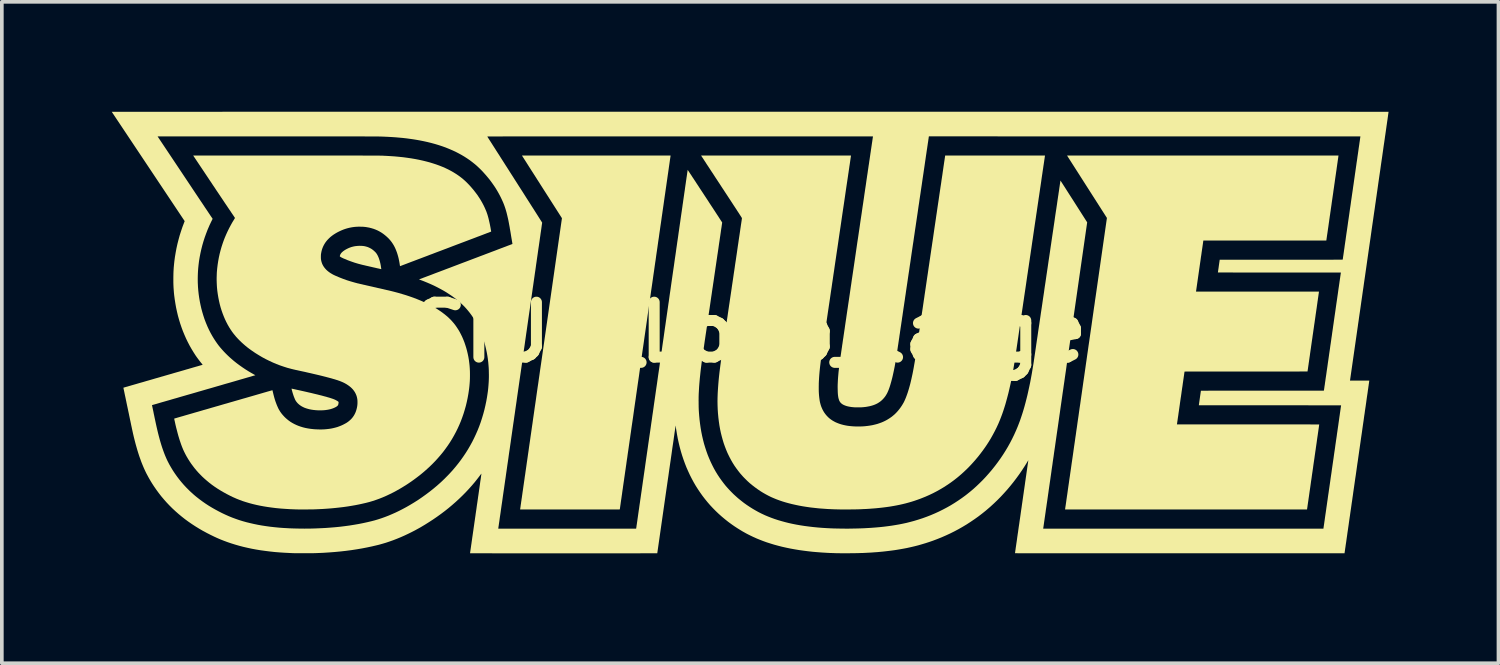
<source format=kicad_pcb>
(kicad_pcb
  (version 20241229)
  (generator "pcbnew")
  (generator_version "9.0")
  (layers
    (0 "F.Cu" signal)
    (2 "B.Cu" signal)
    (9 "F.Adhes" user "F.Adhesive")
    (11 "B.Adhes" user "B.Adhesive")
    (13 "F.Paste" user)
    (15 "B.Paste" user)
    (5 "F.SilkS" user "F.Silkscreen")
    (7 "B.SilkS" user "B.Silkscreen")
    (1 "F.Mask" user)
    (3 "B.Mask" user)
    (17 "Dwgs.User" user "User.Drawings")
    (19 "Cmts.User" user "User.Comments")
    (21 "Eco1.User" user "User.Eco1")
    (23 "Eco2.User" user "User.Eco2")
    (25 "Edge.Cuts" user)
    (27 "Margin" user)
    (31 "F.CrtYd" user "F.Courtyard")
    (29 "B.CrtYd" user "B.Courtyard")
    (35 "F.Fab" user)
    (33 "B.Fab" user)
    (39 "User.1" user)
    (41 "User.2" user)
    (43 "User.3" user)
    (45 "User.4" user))
  (footprint "SIUE_Logo_large"
    (layer "F.Cu")
    (at 17.414 6.02)
    (property "Reference" "SIUE_Logo_large" (at 0 0 0) (layer "F.SilkS") (effects (font (size 1.5 1.5) (thickness 0.3))))
    (attr board_only exclude_from_pos_files exclude_from_bom)
    (fp_poly (pts (xy -10.613 -2.359) (xy -10.585 -2.358) (xy -10.559 -2.356) (xy -10.534 -2.353) (xy -10.509 -2.349) (xy -10.484 -2.343) (xy -10.477 -2.341) (xy -10.437 -2.33) (xy -10.399 -2.315) (xy -10.362 -2.297) (xy -10.326 -2.277) (xy -10.292 -2.253) (xy -10.259 -2.226) (xy -10.226 -2.195) (xy -10.208 -2.176) (xy -10.191 -2.155) (xy -10.176 -2.132) (xy -10.161 -2.107) (xy -10.151 -2.087) (xy -10.134 -2.05) (xy -10.119 -2.011) (xy -10.105 -1.967) (xy -10.092 -1.921) (xy -10.08 -1.872) (xy -10.07 -1.819) (xy -10.062 -1.763) (xy -10.059 -1.748) (xy -10.056 -1.724) (xy -10.06 -1.724) (xy -10.062 -1.724) (xy -10.067 -1.725) (xy -10.076 -1.727) (xy -10.087 -1.73) (xy -10.101 -1.733) (xy -10.117 -1.737) (xy -10.135 -1.741) (xy -10.156 -1.745) (xy -10.178 -1.75) (xy -10.202 -1.756) (xy -10.228 -1.762) (xy -10.255 -1.768) (xy -10.283 -1.774) (xy -10.308 -1.78) (xy -10.337 -1.787) (xy -10.366 -1.793) (xy -10.394 -1.8) (xy -10.421 -1.806) (xy -10.447 -1.812) (xy -10.471 -1.817) (xy -10.494 -1.823) (xy -10.515 -1.828) (xy -10.534 -1.832) (xy -10.551 -1.836) (xy -10.565 -1.839) (xy -10.576 -1.842) (xy -10.584 -1.844) (xy -10.588 -1.845) (xy -10.687 -1.871) (xy -10.784 -1.9) (xy -10.88 -1.933) (xy -10.975 -1.968) (xy -11.067 -2.007) (xy -11.085 -2.014) (xy -11.106 -2.024) (xy -11.124 -2.032) (xy -11.139 -2.04) (xy -11.154 -2.048) (xy -11.167 -2.056) (xy -11.171 -2.059) (xy -11.179 -2.064) (xy -11.184 -2.068) (xy -11.187 -2.072) (xy -11.188 -2.076) (xy -11.187 -2.082) (xy -11.186 -2.089) (xy -11.185 -2.094) (xy -11.178 -2.114) (xy -11.169 -2.134) (xy -11.156 -2.153) (xy -11.14 -2.173) (xy -11.136 -2.177) (xy -11.117 -2.195) (xy -11.094 -2.214) (xy -11.069 -2.232) (xy -11.041 -2.25) (xy -11.011 -2.267) (xy -10.98 -2.283) (xy -10.948 -2.298) (xy -10.914 -2.312) (xy -10.88 -2.324) (xy -10.867 -2.328) (xy -10.83 -2.338) (xy -10.794 -2.346) (xy -10.757 -2.352) (xy -10.719 -2.356) (xy -10.679 -2.359) (xy -10.644 -2.36)) (stroke (width 0) (type solid)) (fill yes) (layer "F.SilkS"))
    (fp_poly (pts (xy -12.502 1.539) (xy -12.497 1.54) (xy -12.488 1.541) (xy -12.477 1.544) (xy -12.464 1.547) (xy -12.448 1.55) (xy -12.43 1.554) (xy -12.411 1.558) (xy -12.39 1.563) (xy -12.368 1.568) (xy -12.345 1.573) (xy -12.321 1.578) (xy -12.297 1.583) (xy -12.272 1.589) (xy -12.248 1.594) (xy -12.224 1.6) (xy -12.2 1.605) (xy -12.177 1.61) (xy -12.155 1.615) (xy -12.134 1.62) (xy -12.115 1.624) (xy -12.099 1.628) (xy -12.034 1.643) (xy -11.971 1.657) (xy -11.911 1.672) (xy -11.853 1.686) (xy -11.797 1.699) (xy -11.744 1.713) (xy -11.694 1.725) (xy -11.646 1.738) (xy -11.602 1.75) (xy -11.559 1.761) (xy -11.52 1.773) (xy -11.484 1.783) (xy -11.451 1.793) (xy -11.421 1.803) (xy -11.394 1.812) (xy -11.37 1.82) (xy -11.35 1.828) (xy -11.341 1.831) (xy -11.325 1.839) (xy -11.309 1.846) (xy -11.294 1.854) (xy -11.279 1.862) (xy -11.265 1.87) (xy -11.252 1.878) (xy -11.242 1.885) (xy -11.233 1.892) (xy -11.227 1.897) (xy -11.223 1.902) (xy -11.223 1.903) (xy -11.222 1.909) (xy -11.222 1.917) (xy -11.223 1.926) (xy -11.224 1.937) (xy -11.226 1.949) (xy -11.228 1.96) (xy -11.23 1.97) (xy -11.232 1.975) (xy -11.236 1.986) (xy -11.242 1.996) (xy -11.249 2.005) (xy -11.259 2.014) (xy -11.27 2.023) (xy -11.284 2.032) (xy -11.301 2.042) (xy -11.312 2.048) (xy -11.352 2.067) (xy -11.394 2.083) (xy -11.438 2.097) (xy -11.485 2.108) (xy -11.534 2.117) (xy -11.585 2.124) (xy -11.618 2.127) (xy -11.632 2.128) (xy -11.65 2.129) (xy -11.669 2.13) (xy -11.69 2.13) (xy -11.711 2.13) (xy -11.732 2.131) (xy -11.752 2.131) (xy -11.77 2.13) (xy -11.786 2.13) (xy -11.791 2.13) (xy -11.852 2.126) (xy -11.909 2.12) (xy -11.963 2.112) (xy -12.015 2.102) (xy -12.064 2.089) (xy -12.11 2.075) (xy -12.154 2.059) (xy -12.194 2.04) (xy -12.232 2.02) (xy -12.267 1.997) (xy -12.299 1.973) (xy -12.329 1.946) (xy -12.331 1.944) (xy -12.345 1.93) (xy -12.359 1.913) (xy -12.372 1.897) (xy -12.384 1.881) (xy -12.387 1.876) (xy -12.397 1.86) (xy -12.407 1.841) (xy -12.417 1.819) (xy -12.427 1.794) (xy -12.438 1.767) (xy -12.449 1.738) (xy -12.459 1.707) (xy -12.47 1.674) (xy -12.48 1.64) (xy -12.49 1.605) (xy -12.497 1.579) (xy -12.5 1.566) (xy -12.503 1.556) (xy -12.504 1.548) (xy -12.505 1.543) (xy -12.505 1.54) (xy -12.505 1.538) (xy -12.505 1.538)) (stroke (width 0) (type solid)) (fill yes) (layer "F.SilkS"))
    (fp_poly (pts (xy -2.16 -4.818) (xy -2.16 -4.816) (xy -2.161 -4.811) (xy -2.162 -4.802) (xy -2.164 -4.79) (xy -2.166 -4.775) (xy -2.169 -4.757) (xy -2.172 -4.735) (xy -2.176 -4.71) (xy -2.18 -4.682) (xy -2.184 -4.652) (xy -2.189 -4.618) (xy -2.194 -4.581) (xy -2.2 -4.542) (xy -2.206 -4.5) (xy -2.212 -4.455) (xy -2.219 -4.407) (xy -2.226 -4.357) (xy -2.234 -4.304) (xy -2.242 -4.249) (xy -2.25 -4.191) (xy -2.259 -4.13) (xy -2.268 -4.068) (xy -2.277 -4.003) (xy -2.287 -3.936) (xy -2.297 -3.866) (xy -2.307 -3.794) (xy -2.318 -3.721) (xy -2.329 -3.645) (xy -2.34 -3.567) (xy -2.351 -3.487) (xy -2.363 -3.406) (xy -2.375 -3.322) (xy -2.387 -3.237) (xy -2.4 -3.15) (xy -2.412 -3.061) (xy -2.425 -2.971) (xy -2.439 -2.879) (xy -2.452 -2.785) (xy -2.466 -2.69) (xy -2.479 -2.594) (xy -2.494 -2.496) (xy -2.508 -2.397) (xy -2.522 -2.297) (xy -2.537 -2.195) (xy -2.552 -2.092) (xy -2.566 -1.988) (xy -2.582 -1.883) (xy -2.597 -1.777) (xy -2.612 -1.67) (xy -2.628 -1.563) (xy -2.643 -1.454) (xy -2.656 -1.362) (xy -2.673 -1.246) (xy -2.69 -1.13) (xy -2.706 -1.014) (xy -2.723 -0.897) (xy -2.74 -0.78) (xy -2.757 -0.663) (xy -2.774 -0.545) (xy -2.791 -0.427) (xy -2.807 -0.31) (xy -2.824 -0.192) (xy -2.841 -0.075) (xy -2.858 0.042) (xy -2.875 0.159) (xy -2.891 0.275) (xy -2.908 0.391) (xy -2.925 0.507) (xy -2.941 0.621) (xy -2.957 0.735) (xy -2.974 0.848) (xy -2.99 0.96) (xy -3.006 1.071) (xy -3.021 1.181) (xy -3.037 1.29) (xy -3.053 1.398) (xy -3.068 1.504) (xy -3.083 1.609) (xy -3.098 1.712) (xy -3.112 1.814) (xy -3.127 1.914) (xy -3.141 2.012) (xy -3.155 2.109) (xy -3.168 2.203) (xy -3.181 2.296) (xy -3.194 2.386) (xy -3.207 2.475) (xy -3.22 2.561) (xy -3.232 2.645) (xy -3.243 2.726) (xy -3.255 2.805) (xy -3.265 2.881) (xy -3.276 2.954) (xy -3.286 3.025) (xy -3.296 3.093) (xy -3.305 3.158) (xy -3.314 3.22) (xy -3.323 3.279) (xy -3.331 3.335) (xy -3.338 3.387) (xy -3.345 3.437) (xy -3.349 3.46) (xy -3.359 3.529) (xy -3.368 3.597) (xy -3.378 3.664) (xy -3.387 3.73) (xy -3.397 3.795) (xy -3.406 3.859) (xy -3.415 3.922) (xy -3.424 3.983) (xy -3.432 4.042) (xy -3.441 4.101) (xy -3.449 4.157) (xy -3.457 4.212) (xy -3.464 4.266) (xy -3.472 4.317) (xy -3.479 4.366) (xy -3.485 4.414) (xy -3.492 4.459) (xy -3.498 4.503) (xy -3.504 4.544) (xy -3.51 4.582) (xy -3.515 4.618) (xy -3.52 4.652) (xy -3.524 4.683) (xy -3.528 4.712) (xy -3.532 4.737) (xy -3.535 4.76) (xy -3.538 4.78) (xy -3.54 4.797) (xy -3.542 4.811) (xy -3.544 4.822) (xy -3.545 4.829) (xy -3.545 4.834) (xy -3.546 4.835) (xy -3.546 4.835) (xy -3.547 4.835) (xy -3.548 4.835) (xy -3.551 4.835) (xy -3.554 4.835) (xy -3.558 4.835) (xy -3.564 4.836) (xy -3.57 4.836) (xy -3.577 4.836) (xy -3.586 4.836) (xy -3.596 4.836) (xy -3.607 4.836) (xy -3.619 4.836) (xy -3.633 4.836) (xy -3.649 4.836) (xy -3.666 4.836) (xy -3.685 4.836) (xy -3.706 4.836) (xy -3.728 4.837) (xy -3.753 4.837) (xy -3.779 4.837) (xy -3.808 4.837) (xy -3.838 4.837) (xy -3.871 4.837) (xy -3.906 4.837) (xy -3.943 4.837) (xy -3.983 4.837) (xy -4.025 4.837) (xy -4.07 4.837) (xy -4.117 4.837) (xy -4.167 4.837) (xy -4.219 4.837) (xy -4.275 4.837) (xy -4.333 4.837) (xy -4.394 4.837) (xy -4.459 4.837) (xy -4.526 4.837) (xy -4.596 4.837) (xy -4.67 4.837) (xy -4.747 4.837) (xy -4.828 4.837) (xy -4.906 4.837) (xy -6.267 4.837) (xy -6.266 4.833) (xy -6.266 4.831) (xy -6.265 4.826) (xy -6.264 4.817) (xy -6.262 4.805) (xy -6.26 4.79) (xy -6.257 4.772) (xy -6.254 4.75) (xy -6.251 4.725) (xy -6.247 4.698) (xy -6.242 4.667) (xy -6.238 4.633) (xy -6.232 4.596) (xy -6.227 4.557) (xy -6.22 4.514) (xy -6.214 4.469) (xy -6.207 4.421) (xy -6.2 4.37) (xy -6.192 4.317) (xy -6.184 4.261) (xy -6.176 4.203) (xy -6.167 4.142) (xy -6.158 4.078) (xy -6.148 4.012) (xy -6.139 3.944) (xy -6.128 3.874) (xy -6.118 3.801) (xy -6.107 3.726) (xy -6.096 3.649) (xy -6.085 3.57) (xy -6.073 3.489) (xy -6.061 3.406) (xy -6.049 3.32) (xy -6.036 3.233) (xy -6.024 3.144) (xy -6.011 3.054) (xy -5.997 2.961) (xy -5.984 2.867) (xy -5.97 2.771) (xy -5.956 2.673) (xy -5.942 2.574) (xy -5.927 2.473) (xy -5.913 2.371) (xy -5.898 2.268) (xy -5.883 2.163) (xy -5.868 2.057) (xy -5.852 1.949) (xy -5.836 1.84) (xy -5.821 1.73) (xy -5.805 1.619) (xy -5.789 1.507) (xy -5.772 1.394) (xy -5.756 1.28) (xy -5.739 1.164) (xy -5.723 1.048) (xy -5.706 0.931) (xy -5.695 0.857) (xy -5.125 -3.114) (xy -5.671 -3.969) (xy -5.703 -4.019) (xy -5.734 -4.068) (xy -5.765 -4.117) (xy -5.796 -4.164) (xy -5.825 -4.211) (xy -5.854 -4.256) (xy -5.883 -4.301) (xy -5.91 -4.344) (xy -5.937 -4.386) (xy -5.963 -4.426) (xy -5.988 -4.466) (xy -6.012 -4.503) (xy -6.035 -4.539) (xy -6.056 -4.573) (xy -6.077 -4.605) (xy -6.096 -4.636) (xy -6.114 -4.664) (xy -6.131 -4.691) (xy -6.147 -4.715) (xy -6.161 -4.737) (xy -6.173 -4.757) (xy -6.185 -4.774) (xy -6.194 -4.789) (xy -6.202 -4.801) (xy -6.208 -4.811) (xy -6.213 -4.818) (xy -6.215 -4.822) (xy -6.216 -4.824) (xy -6.214 -4.824) (xy -6.209 -4.824) (xy -6.201 -4.824) (xy -6.189 -4.824) (xy -6.174 -4.824) (xy -6.156 -4.824) (xy -6.134 -4.824) (xy -6.11 -4.824) (xy -6.083 -4.824) (xy -6.053 -4.824) (xy -6.02 -4.824) (xy -5.984 -4.824) (xy -5.946 -4.824) (xy -5.905 -4.824) (xy -5.861 -4.824) (xy -5.815 -4.824) (xy -5.767 -4.824) (xy -5.716 -4.825) (xy -5.663 -4.825) (xy -5.608 -4.825) (xy -5.551 -4.825) (xy -5.491 -4.825) (xy -5.43 -4.825) (xy -5.367 -4.825) (xy -5.302 -4.825) (xy -5.235 -4.825) (xy -5.166 -4.825) (xy -5.096 -4.825) (xy -5.024 -4.825) (xy -4.951 -4.825) (xy -4.876 -4.825) (xy -4.8 -4.825) (xy -4.723 -4.825) (xy -4.644 -4.825) (xy -4.564 -4.825) (xy -4.483 -4.825) (xy -4.401 -4.825) (xy -4.318 -4.825) (xy -4.235 -4.825) (xy -4.188 -4.825) (xy -2.159 -4.825)) (stroke (width 0) (type solid)) (fill yes) (layer "F.SilkS"))
    (fp_poly (pts (xy 14.062 -4.825) (xy 14.157 -4.825) (xy 14.25 -4.825) (xy 14.341 -4.824) (xy 14.431 -4.824) (xy 14.518 -4.824) (xy 14.604 -4.824) (xy 14.688 -4.824) (xy 14.77 -4.824) (xy 14.85 -4.824) (xy 14.928 -4.824) (xy 15.004 -4.824) (xy 15.078 -4.824) (xy 15.149 -4.824) (xy 15.218 -4.824) (xy 15.285 -4.824) (xy 15.35 -4.824) (xy 15.412 -4.824) (xy 15.472 -4.824) (xy 15.529 -4.824) (xy 15.584 -4.824) (xy 15.636 -4.824) (xy 15.685 -4.824) (xy 15.732 -4.824) (xy 15.776 -4.824) (xy 15.817 -4.824) (xy 15.855 -4.824) (xy 15.89 -4.824) (xy 15.923 -4.824) (xy 15.952 -4.824) (xy 15.978 -4.824) (xy 16.001 -4.824) (xy 16.021 -4.824) (xy 16.038 -4.824) (xy 16.051 -4.824) (xy 16.062 -4.824) (xy 16.068 -4.824) (xy 16.072 -4.824) (xy 16.072 -4.824) (xy 16.072 -4.822) (xy 16.071 -4.817) (xy 16.07 -4.809) (xy 16.068 -4.797) (xy 16.066 -4.783) (xy 16.064 -4.765) (xy 16.061 -4.745) (xy 16.058 -4.722) (xy 16.054 -4.697) (xy 16.05 -4.669) (xy 16.046 -4.638) (xy 16.041 -4.606) (xy 16.036 -4.571) (xy 16.031 -4.534) (xy 16.025 -4.495) (xy 16.02 -4.455) (xy 16.014 -4.412) (xy 16.007 -4.368) (xy 16.001 -4.323) (xy 15.994 -4.276) (xy 15.987 -4.228) (xy 15.98 -4.179) (xy 15.973 -4.129) (xy 15.966 -4.077) (xy 15.958 -4.025) (xy 15.951 -3.973) (xy 15.943 -3.919) (xy 15.935 -3.865) (xy 15.928 -3.811) (xy 15.92 -3.756) (xy 15.912 -3.702) (xy 15.904 -3.647) (xy 15.896 -3.592) (xy 15.888 -3.537) (xy 15.881 -3.483) (xy 15.873 -3.429) (xy 15.865 -3.375) (xy 15.858 -3.322) (xy 15.85 -3.27) (xy 15.843 -3.218) (xy 15.835 -3.168) (xy 15.828 -3.118) (xy 15.821 -3.07) (xy 15.815 -3.023) (xy 15.808 -2.977) (xy 15.802 -2.933) (xy 15.796 -2.89) (xy 15.79 -2.849) (xy 15.784 -2.809) (xy 15.779 -2.772) (xy 15.774 -2.737) (xy 15.769 -2.703) (xy 15.764 -2.672) (xy 15.76 -2.644) (xy 15.756 -2.617) (xy 15.753 -2.594) (xy 15.75 -2.573) (xy 15.747 -2.554) (xy 15.745 -2.539) (xy 15.743 -2.526) (xy 15.742 -2.517) (xy 15.741 -2.511) (xy 15.74 -2.508) (xy 15.74 -2.508) (xy 15.739 -2.504) (xy 14.061 -2.504) (xy 13.985 -2.504) (xy 13.909 -2.504) (xy 13.834 -2.504) (xy 13.761 -2.504) (xy 13.688 -2.504) (xy 13.616 -2.504) (xy 13.546 -2.504) (xy 13.477 -2.504) (xy 13.409 -2.504) (xy 13.343 -2.504) (xy 13.279 -2.504) (xy 13.216 -2.504) (xy 13.154 -2.504) (xy 13.095 -2.504) (xy 13.037 -2.504) (xy 12.981 -2.504) (xy 12.927 -2.504) (xy 12.876 -2.504) (xy 12.826 -2.504) (xy 12.779 -2.504) (xy 12.733 -2.504) (xy 12.691 -2.504) (xy 12.65 -2.504) (xy 12.613 -2.504) (xy 12.577 -2.504) (xy 12.545 -2.504) (xy 12.515 -2.504) (xy 12.488 -2.504) (xy 12.464 -2.504) (xy 12.443 -2.504) (xy 12.425 -2.504) (xy 12.41 -2.504) (xy 12.398 -2.504) (xy 12.39 -2.504) (xy 12.385 -2.504) (xy 12.383 -2.504) (xy 12.383 -2.502) (xy 12.382 -2.497) (xy 12.381 -2.489) (xy 12.379 -2.477) (xy 12.377 -2.463) (xy 12.375 -2.445) (xy 12.372 -2.425) (xy 12.369 -2.403) (xy 12.365 -2.377) (xy 12.361 -2.35) (xy 12.357 -2.32) (xy 12.352 -2.287) (xy 12.347 -2.253) (xy 12.342 -2.217) (xy 12.336 -2.179) (xy 12.331 -2.139) (xy 12.325 -2.098) (xy 12.318 -2.055) (xy 12.312 -2.01) (xy 12.306 -1.965) (xy 12.299 -1.918) (xy 12.292 -1.87) (xy 12.285 -1.822) (xy 12.283 -1.807) (xy 12.183 -1.11) (xy 13.861 -1.11) (xy 15.539 -1.11) (xy 15.539 -1.105) (xy 15.538 -1.103) (xy 15.538 -1.098) (xy 15.536 -1.089) (xy 15.535 -1.078) (xy 15.533 -1.063) (xy 15.53 -1.045) (xy 15.527 -1.024) (xy 15.524 -1) (xy 15.52 -0.974) (xy 15.516 -0.945) (xy 15.511 -0.914) (xy 15.507 -0.88) (xy 15.501 -0.844) (xy 15.496 -0.805) (xy 15.49 -0.764) (xy 15.484 -0.722) (xy 15.478 -0.677) (xy 15.471 -0.63) (xy 15.464 -0.582) (xy 15.457 -0.532) (xy 15.449 -0.48) (xy 15.442 -0.427) (xy 15.434 -0.372) (xy 15.426 -0.316) (xy 15.418 -0.259) (xy 15.409 -0.201) (xy 15.401 -0.142) (xy 15.392 -0.081) (xy 15.383 -0.02) (xy 15.383 -0.016) (xy 15.374 0.045) (xy 15.365 0.105) (xy 15.357 0.165) (xy 15.348 0.223) (xy 15.34 0.28) (xy 15.332 0.336) (xy 15.324 0.391) (xy 15.317 0.444) (xy 15.309 0.496) (xy 15.302 0.546) (xy 15.295 0.594) (xy 15.289 0.641) (xy 15.282 0.686) (xy 15.276 0.728) (xy 15.27 0.769) (xy 15.265 0.808) (xy 15.259 0.844) (xy 15.255 0.878) (xy 15.25 0.909) (xy 15.246 0.938) (xy 15.242 0.965) (xy 15.239 0.988) (xy 15.236 1.009) (xy 15.233 1.027) (xy 15.231 1.042) (xy 15.229 1.054) (xy 15.228 1.063) (xy 15.227 1.068) (xy 15.227 1.07) (xy 15.227 1.07) (xy 15.225 1.07) (xy 15.22 1.07) (xy 15.212 1.07) (xy 15.2 1.07) (xy 15.185 1.07) (xy 15.167 1.07) (xy 15.146 1.07) (xy 15.122 1.07) (xy 15.094 1.07) (xy 15.065 1.07) (xy 15.032 1.07) (xy 14.997 1.071) (xy 14.959 1.071) (xy 14.919 1.071) (xy 14.876 1.071) (xy 14.831 1.071) (xy 14.783 1.071) (xy 14.734 1.071) (xy 14.682 1.071) (xy 14.628 1.071) (xy 14.572 1.071) (xy 14.514 1.071) (xy 14.455 1.071) (xy 14.393 1.071) (xy 14.33 1.071) (xy 14.266 1.071) (xy 14.199 1.071) (xy 14.132 1.071) (xy 14.063 1.071) (xy 13.992 1.071) (xy 13.921 1.071) (xy 13.848 1.071) (xy 13.774 1.071) (xy 13.7 1.071) (xy 13.624 1.071) (xy 13.549 1.071) (xy 13.453 1.071) (xy 13.362 1.071) (xy 13.273 1.071) (xy 13.188 1.071) (xy 13.106 1.071) (xy 13.028 1.071) (xy 12.952 1.071) (xy 12.88 1.071) (xy 12.811 1.071) (xy 12.744 1.071) (xy 12.681 1.071) (xy 12.621 1.071) (xy 12.563 1.071) (xy 12.508 1.071) (xy 12.456 1.071) (xy 12.407 1.071) (xy 12.36 1.071) (xy 12.315 1.071) (xy 12.274 1.071) (xy 12.234 1.071) (xy 12.197 1.071) (xy 12.162 1.072) (xy 12.13 1.072) (xy 12.1 1.072) (xy 12.072 1.072) (xy 12.046 1.072) (xy 12.022 1.072) (xy 12 1.072) (xy 11.98 1.072) (xy 11.962 1.072) (xy 11.945 1.072) (xy 11.931 1.072) (xy 11.918 1.072) (xy 11.907 1.072) (xy 11.897 1.072) (xy 11.889 1.073) (xy 11.882 1.073) (xy 11.877 1.073) (xy 11.873 1.073) (xy 11.871 1.073) (xy 11.87 1.073) (xy 11.87 1.073) (xy 11.869 1.075) (xy 11.869 1.08) (xy 11.867 1.089) (xy 11.866 1.1) (xy 11.863 1.115) (xy 11.861 1.132) (xy 11.858 1.153) (xy 11.855 1.176) (xy 11.851 1.201) (xy 11.847 1.229) (xy 11.843 1.259) (xy 11.838 1.291) (xy 11.833 1.326) (xy 11.828 1.362) (xy 11.822 1.401) (xy 11.817 1.441) (xy 11.811 1.483) (xy 11.804 1.526) (xy 11.798 1.57) (xy 11.791 1.616) (xy 11.785 1.663) (xy 11.778 1.712) (xy 11.771 1.761) (xy 11.766 1.79) (xy 11.759 1.84) (xy 11.752 1.889) (xy 11.745 1.936) (xy 11.739 1.983) (xy 11.732 2.029) (xy 11.726 2.073) (xy 11.72 2.115) (xy 11.714 2.157) (xy 11.708 2.196) (xy 11.703 2.234) (xy 11.698 2.27) (xy 11.693 2.303) (xy 11.688 2.335) (xy 11.684 2.365) (xy 11.68 2.392) (xy 11.677 2.416) (xy 11.673 2.438) (xy 11.671 2.457) (xy 11.668 2.474) (xy 11.666 2.487) (xy 11.665 2.498) (xy 11.664 2.505) (xy 11.663 2.509) (xy 11.663 2.51) (xy 11.662 2.515) (xy 13.604 2.515) (xy 13.686 2.515) (xy 13.768 2.515) (xy 13.848 2.515) (xy 13.928 2.515) (xy 14.006 2.515) (xy 14.084 2.515) (xy 14.16 2.515) (xy 14.235 2.515) (xy 14.309 2.515) (xy 14.381 2.515) (xy 14.452 2.515) (xy 14.521 2.515) (xy 14.588 2.515) (xy 14.654 2.515) (xy 14.718 2.515) (xy 14.781 2.515) (xy 14.841 2.515) (xy 14.9 2.515) (xy 14.956 2.515) (xy 15.01 2.515) (xy 15.062 2.515) (xy 15.112 2.515) (xy 15.16 2.515) (xy 15.205 2.515) (xy 15.247 2.515) (xy 15.287 2.515) (xy 15.325 2.516) (xy 15.36 2.516) (xy 15.392 2.516) (xy 15.421 2.516) (xy 15.447 2.516) (xy 15.471 2.516) (xy 15.491 2.516) (xy 15.508 2.516) (xy 15.523 2.516) (xy 15.533 2.516) (xy 15.541 2.516) (xy 15.545 2.516) (xy 15.546 2.516) (xy 15.546 2.518) (xy 15.545 2.523) (xy 15.544 2.531) (xy 15.542 2.543) (xy 15.54 2.557) (xy 15.538 2.575) (xy 15.535 2.595) (xy 15.532 2.618) (xy 15.528 2.644) (xy 15.524 2.672) (xy 15.52 2.702) (xy 15.515 2.735) (xy 15.51 2.769) (xy 15.505 2.806) (xy 15.499 2.845) (xy 15.493 2.886) (xy 15.487 2.928) (xy 15.481 2.972) (xy 15.475 3.017) (xy 15.468 3.064) (xy 15.461 3.112) (xy 15.454 3.161) (xy 15.447 3.212) (xy 15.439 3.263) (xy 15.432 3.315) (xy 15.424 3.368) (xy 15.417 3.421) (xy 15.409 3.475) (xy 15.401 3.53) (xy 15.393 3.584) (xy 15.385 3.639) (xy 15.378 3.694) (xy 15.37 3.749) (xy 15.362 3.804) (xy 15.354 3.858) (xy 15.346 3.912) (xy 15.339 3.966) (xy 15.331 4.019) (xy 15.323 4.071) (xy 15.316 4.123) (xy 15.309 4.174) (xy 15.302 4.223) (xy 15.295 4.272) (xy 15.288 4.319) (xy 15.281 4.365) (xy 15.275 4.409) (xy 15.269 4.452) (xy 15.263 4.494) (xy 15.257 4.533) (xy 15.252 4.57) (xy 15.247 4.606) (xy 15.242 4.639) (xy 15.237 4.671) (xy 15.233 4.7) (xy 15.229 4.726) (xy 15.226 4.75) (xy 15.223 4.771) (xy 15.22 4.79) (xy 15.218 4.805) (xy 15.216 4.818) (xy 15.215 4.827) (xy 15.214 4.833) (xy 15.213 4.836) (xy 15.213 4.837) (xy 15.211 4.837) (xy 15.206 4.837) (xy 15.198 4.837) (xy 15.186 4.837) (xy 15.171 4.837) (xy 15.152 4.837) (xy 15.13 4.837) (xy 15.106 4.837) (xy 15.078 4.837) (xy 15.047 4.837) (xy 15.013 4.837) (xy 14.977 4.837) (xy 14.937 4.837) (xy 14.895 4.837) (xy 14.85 4.837) (xy 14.802 4.837) (xy 14.752 4.837) (xy 14.699 4.837) (xy 14.643 4.837) (xy 14.585 4.837) (xy 14.525 4.837) (xy 14.462 4.837) (xy 14.397 4.837) (xy 14.329 4.837) (xy 14.26 4.837) (xy 14.188 4.837) (xy 14.114 4.837) (xy 14.038 4.837) (xy 13.961 4.837) (xy 13.881 4.837) (xy 13.799 4.837) (xy 13.716 4.837) (xy 13.63 4.837) (xy 13.543 4.837) (xy 13.455 4.837) (xy 13.364 4.837) (xy 13.273 4.837) (xy 13.179 4.837) (xy 13.084 4.837) (xy 12.988 4.837) (xy 12.891 4.837) (xy 12.792 4.837) (xy 12.692 4.837) (xy 12.591 4.837) (xy 12.488 4.837) (xy 12.385 4.837) (xy 12.28 4.837) (xy 12.175 4.837) (xy 12.069 4.837) (xy 11.962 4.837) (xy 11.911 4.837) (xy 8.608 4.837) (xy 8.609 4.831) (xy 8.61 4.829) (xy 8.61 4.824) (xy 8.612 4.815) (xy 8.613 4.803) (xy 8.615 4.788) (xy 8.618 4.77) (xy 8.621 4.749) (xy 8.625 4.725) (xy 8.629 4.697) (xy 8.633 4.667) (xy 8.638 4.635) (xy 8.643 4.599) (xy 8.648 4.561) (xy 8.654 4.52) (xy 8.66 4.477) (xy 8.667 4.432) (xy 8.674 4.384) (xy 8.681 4.333) (xy 8.688 4.281) (xy 8.696 4.226) (xy 8.704 4.17) (xy 8.713 4.111) (xy 8.721 4.05) (xy 8.73 3.988) (xy 8.74 3.924) (xy 8.749 3.858) (xy 8.759 3.79) (xy 8.769 3.721) (xy 8.779 3.65) (xy 8.789 3.578) (xy 8.8 3.504) (xy 8.811 3.429) (xy 8.822 3.353) (xy 8.833 3.276) (xy 8.844 3.198) (xy 8.855 3.118) (xy 8.867 3.038) (xy 8.879 2.956) (xy 8.889 2.881) (xy 8.903 2.789) (xy 8.916 2.693) (xy 8.931 2.594) (xy 8.945 2.492) (xy 8.96 2.387) (xy 8.976 2.28) (xy 8.991 2.171) (xy 9.007 2.059) (xy 9.024 1.946) (xy 9.04 1.83) (xy 9.057 1.714) (xy 9.074 1.595) (xy 9.091 1.476) (xy 9.108 1.356) (xy 9.126 1.234) (xy 9.143 1.113) (xy 9.161 0.99) (xy 9.178 0.868) (xy 9.196 0.745) (xy 9.213 0.623) (xy 9.231 0.501) (xy 9.248 0.38) (xy 9.266 0.259) (xy 9.283 0.139) (xy 9.3 0.02) (xy 9.317 -0.097) (xy 9.334 -0.213) (xy 9.35 -0.328) (xy 9.366 -0.44) (xy 9.382 -0.551) (xy 9.397 -0.659) (xy 9.413 -0.765) (xy 9.427 -0.868) (xy 9.442 -0.968) (xy 9.456 -1.065) (xy 9.46 -1.092) (xy 9.751 -3.121) (xy 9.207 -3.972) (xy 8.663 -4.824) (xy 12.367 -4.824) (xy 12.481 -4.824) (xy 12.594 -4.824) (xy 12.707 -4.824) (xy 12.818 -4.824) (xy 12.928 -4.824) (xy 13.037 -4.824) (xy 13.146 -4.824) (xy 13.253 -4.824) (xy 13.359 -4.824) (xy 13.463 -4.824) (xy 13.567 -4.824) (xy 13.669 -4.825) (xy 13.769 -4.825) (xy 13.869 -4.825) (xy 13.966 -4.825)) (stroke (width 0) (type solid)) (fill yes) (layer "F.SilkS"))
    (fp_poly (pts (xy 2.764 -4.817) (xy 2.764 -4.814) (xy 2.763 -4.809) (xy 2.762 -4.8) (xy 2.76 -4.788) (xy 2.758 -4.773) (xy 2.755 -4.755) (xy 2.752 -4.735) (xy 2.749 -4.711) (xy 2.745 -4.686) (xy 2.741 -4.658) (xy 2.737 -4.628) (xy 2.732 -4.595) (xy 2.727 -4.561) (xy 2.721 -4.525) (xy 2.716 -4.487) (xy 2.71 -4.447) (xy 2.704 -4.406) (xy 2.698 -4.363) (xy 2.691 -4.32) (xy 2.685 -4.275) (xy 2.678 -4.229) (xy 2.671 -4.182) (xy 2.668 -4.162) (xy 2.642 -3.989) (xy 2.617 -3.819) (xy 2.593 -3.653) (xy 2.569 -3.49) (xy 2.545 -3.33) (xy 2.522 -3.174) (xy 2.5 -3.022) (xy 2.478 -2.872) (xy 2.456 -2.726) (xy 2.435 -2.583) (xy 2.415 -2.444) (xy 2.395 -2.308) (xy 2.375 -2.175) (xy 2.356 -2.045) (xy 2.337 -1.919) (xy 2.319 -1.796) (xy 2.302 -1.676) (xy 2.284 -1.559) (xy 2.268 -1.445) (xy 2.251 -1.334) (xy 2.236 -1.227) (xy 2.22 -1.123) (xy 2.205 -1.021) (xy 2.191 -0.923) (xy 2.177 -0.828) (xy 2.163 -0.736) (xy 2.15 -0.647) (xy 2.137 -0.561) (xy 2.125 -0.478) (xy 2.113 -0.397) (xy 2.102 -0.32) (xy 2.091 -0.246) (xy 2.081 -0.175) (xy 2.071 -0.106) (xy 2.061 -0.041) (xy 2.052 0.022) (xy 2.043 0.082) (xy 2.034 0.139) (xy 2.027 0.193) (xy 2.019 0.244) (xy 2.012 0.293) (xy 2.005 0.339) (xy 1.999 0.382) (xy 1.993 0.422) (xy 1.987 0.46) (xy 1.982 0.495) (xy 1.977 0.527) (xy 1.973 0.557) (xy 1.969 0.584) (xy 1.966 0.608) (xy 1.962 0.63) (xy 1.96 0.649) (xy 1.957 0.665) (xy 1.955 0.68) (xy 1.953 0.691) (xy 1.952 0.7) (xy 1.951 0.706) (xy 1.951 0.71) (xy 1.951 0.711) (xy 1.94 0.791) (xy 1.93 0.869) (xy 1.921 0.944) (xy 1.913 1.017) (xy 1.906 1.089) (xy 1.9 1.159) (xy 1.895 1.229) (xy 1.891 1.298) (xy 1.888 1.342) (xy 1.888 1.357) (xy 1.887 1.375) (xy 1.886 1.395) (xy 1.886 1.417) (xy 1.886 1.44) (xy 1.885 1.464) (xy 1.885 1.489) (xy 1.885 1.513) (xy 1.885 1.537) (xy 1.885 1.559) (xy 1.885 1.58) (xy 1.886 1.598) (xy 1.886 1.614) (xy 1.886 1.619) (xy 1.889 1.675) (xy 1.893 1.727) (xy 1.898 1.776) (xy 1.904 1.822) (xy 1.91 1.866) (xy 1.918 1.907) (xy 1.928 1.946) (xy 1.938 1.983) (xy 1.943 1.999) (xy 1.955 2.033) (xy 1.97 2.069) (xy 1.986 2.105) (xy 2.004 2.139) (xy 2.023 2.172) (xy 2.039 2.197) (xy 2.069 2.238) (xy 2.101 2.276) (xy 2.135 2.312) (xy 2.172 2.346) (xy 2.212 2.377) (xy 2.254 2.406) (xy 2.299 2.432) (xy 2.342 2.455) (xy 2.391 2.476) (xy 2.443 2.496) (xy 2.496 2.513) (xy 2.552 2.528) (xy 2.611 2.541) (xy 2.672 2.552) (xy 2.736 2.56) (xy 2.792 2.565) (xy 2.832 2.568) (xy 2.874 2.57) (xy 2.918 2.571) (xy 2.962 2.571) (xy 3.007 2.571) (xy 3.052 2.57) (xy 3.095 2.568) (xy 3.135 2.565) (xy 3.137 2.565) (xy 3.211 2.557) (xy 3.283 2.547) (xy 3.352 2.535) (xy 3.419 2.519) (xy 3.484 2.502) (xy 3.546 2.481) (xy 3.606 2.459) (xy 3.665 2.433) (xy 3.721 2.405) (xy 3.76 2.383) (xy 3.813 2.35) (xy 3.864 2.315) (xy 3.912 2.277) (xy 3.959 2.237) (xy 4.003 2.193) (xy 4.044 2.148) (xy 4.084 2.099) (xy 4.122 2.048) (xy 4.158 1.994) (xy 4.187 1.945) (xy 4.206 1.912) (xy 4.224 1.875) (xy 4.242 1.835) (xy 4.26 1.792) (xy 4.278 1.745) (xy 4.296 1.696) (xy 4.314 1.644) (xy 4.331 1.59) (xy 4.348 1.533) (xy 4.349 1.53) (xy 4.366 1.47) (xy 4.383 1.407) (xy 4.399 1.341) (xy 4.415 1.272) (xy 4.431 1.199) (xy 4.447 1.125) (xy 4.462 1.047) (xy 4.477 0.967) (xy 4.491 0.885) (xy 4.506 0.801) (xy 4.519 0.714) (xy 4.521 0.703) (xy 4.522 0.699) (xy 4.523 0.693) (xy 4.524 0.683) (xy 4.526 0.67) (xy 4.528 0.653) (xy 4.531 0.634) (xy 4.535 0.611) (xy 4.538 0.586) (xy 4.542 0.558) (xy 4.547 0.527) (xy 4.552 0.493) (xy 4.557 0.457) (xy 4.563 0.418) (xy 4.569 0.376) (xy 4.576 0.333) (xy 4.583 0.286) (xy 4.59 0.238) (xy 4.597 0.187) (xy 4.605 0.134) (xy 4.613 0.079) (xy 4.622 0.022) (xy 4.63 -0.037) (xy 4.639 -0.098) (xy 4.649 -0.161) (xy 4.658 -0.225) (xy 4.668 -0.291) (xy 4.678 -0.359) (xy 4.688 -0.428) (xy 4.698 -0.499) (xy 4.709 -0.571) (xy 4.72 -0.644) (xy 4.731 -0.718) (xy 4.742 -0.794) (xy 4.753 -0.871) (xy 4.765 -0.949) (xy 4.776 -1.028) (xy 4.788 -1.107) (xy 4.8 -1.188) (xy 4.812 -1.269) (xy 4.824 -1.351) (xy 4.836 -1.433) (xy 4.848 -1.516) (xy 4.861 -1.6) (xy 4.873 -1.684) (xy 4.885 -1.768) (xy 4.898 -1.852) (xy 4.91 -1.937) (xy 4.923 -2.022) (xy 4.935 -2.106) (xy 4.948 -2.191) (xy 4.96 -2.276) (xy 4.973 -2.36) (xy 4.985 -2.444) (xy 4.998 -2.528) (xy 5.01 -2.611) (xy 5.022 -2.694) (xy 5.034 -2.777) (xy 5.046 -2.859) (xy 5.058 -2.94) (xy 5.07 -3.02) (xy 5.082 -3.1) (xy 5.093 -3.179) (xy 5.105 -3.256) (xy 5.116 -3.333) (xy 5.127 -3.409) (xy 5.138 -3.483) (xy 5.149 -3.556) (xy 5.16 -3.628) (xy 5.17 -3.699) (xy 5.18 -3.768) (xy 5.19 -3.835) (xy 5.2 -3.901) (xy 5.209 -3.965) (xy 5.219 -4.028) (xy 5.228 -4.089) (xy 5.236 -4.148) (xy 5.245 -4.205) (xy 5.253 -4.259) (xy 5.261 -4.312) (xy 5.268 -4.363) (xy 5.275 -4.411) (xy 5.282 -4.457) (xy 5.288 -4.501) (xy 5.294 -4.542) (xy 5.3 -4.581) (xy 5.305 -4.617) (xy 5.31 -4.651) (xy 5.315 -4.681) (xy 5.319 -4.709) (xy 5.323 -4.735) (xy 5.326 -4.757) (xy 5.329 -4.776) (xy 5.331 -4.792) (xy 5.333 -4.805) (xy 5.334 -4.815) (xy 5.335 -4.821) (xy 5.336 -4.824) (xy 5.336 -4.824) (xy 5.338 -4.824) (xy 5.343 -4.824) (xy 5.351 -4.824) (xy 5.363 -4.824) (xy 5.378 -4.824) (xy 5.396 -4.824) (xy 5.417 -4.824) (xy 5.441 -4.824) (xy 5.467 -4.824) (xy 5.497 -4.825) (xy 5.529 -4.825) (xy 5.564 -4.825) (xy 5.601 -4.825) (xy 5.64 -4.825) (xy 5.682 -4.825) (xy 5.727 -4.825) (xy 5.773 -4.825) (xy 5.821 -4.825) (xy 5.872 -4.825) (xy 5.924 -4.825) (xy 5.978 -4.825) (xy 6.034 -4.825) (xy 6.091 -4.825) (xy 6.15 -4.825) (xy 6.211 -4.825) (xy 6.273 -4.825) (xy 6.336 -4.825) (xy 6.401 -4.825) (xy 6.466 -4.825) (xy 6.533 -4.825) (xy 6.601 -4.825) (xy 6.669 -4.825) (xy 6.698 -4.825) (xy 6.767 -4.825) (xy 6.835 -4.825) (xy 6.902 -4.825) (xy 6.969 -4.825) (xy 7.033 -4.825) (xy 7.097 -4.825) (xy 7.16 -4.825) (xy 7.221 -4.825) (xy 7.281 -4.825) (xy 7.339 -4.825) (xy 7.395 -4.825) (xy 7.45 -4.825) (xy 7.503 -4.825) (xy 7.554 -4.825) (xy 7.604 -4.825) (xy 7.651 -4.825) (xy 7.696 -4.825) (xy 7.739 -4.825) (xy 7.779 -4.825) (xy 7.818 -4.824) (xy 7.853 -4.824) (xy 7.887 -4.824) (xy 7.917 -4.824) (xy 7.945 -4.824) (xy 7.97 -4.824) (xy 7.992 -4.824) (xy 8.011 -4.824) (xy 8.028 -4.824) (xy 8.041 -4.824) (xy 8.051 -4.824) (xy 8.057 -4.824) (xy 8.06 -4.824) (xy 8.061 -4.824) (xy 8.06 -4.822) (xy 8.06 -4.817) (xy 8.058 -4.809) (xy 8.057 -4.797) (xy 8.054 -4.782) (xy 8.052 -4.764) (xy 8.049 -4.743) (xy 8.045 -4.719) (xy 8.041 -4.692) (xy 8.037 -4.662) (xy 8.032 -4.63) (xy 8.027 -4.594) (xy 8.021 -4.557) (xy 8.015 -4.516) (xy 8.009 -4.473) (xy 8.002 -4.428) (xy 7.995 -4.381) (xy 7.988 -4.331) (xy 7.98 -4.279) (xy 7.972 -4.225) (xy 7.964 -4.169) (xy 7.956 -4.11) (xy 7.947 -4.05) (xy 7.938 -3.988) (xy 7.928 -3.925) (xy 7.919 -3.859) (xy 7.909 -3.792) (xy 7.899 -3.724) (xy 7.888 -3.654) (xy 7.878 -3.582) (xy 7.867 -3.51) (xy 7.856 -3.436) (xy 7.845 -3.36) (xy 7.834 -3.284) (xy 7.822 -3.206) (xy 7.811 -3.128) (xy 7.799 -3.049) (xy 7.787 -2.969) (xy 7.775 -2.888) (xy 7.763 -2.806) (xy 7.751 -2.724) (xy 7.739 -2.641) (xy 7.727 -2.557) (xy 7.714 -2.473) (xy 7.702 -2.389) (xy 7.69 -2.305) (xy 7.677 -2.22) (xy 7.665 -2.135) (xy 7.652 -2.051) (xy 7.64 -1.966) (xy 7.627 -1.881) (xy 7.615 -1.796) (xy 7.602 -1.712) (xy 7.59 -1.628) (xy 7.577 -1.544) (xy 7.565 -1.461) (xy 7.553 -1.378) (xy 7.541 -1.295) (xy 7.529 -1.214) (xy 7.517 -1.133) (xy 7.505 -1.053) (xy 7.493 -0.973) (xy 7.482 -0.895) (xy 7.47 -0.817) (xy 7.459 -0.741) (xy 7.448 -0.666) (xy 7.437 -0.592) (xy 7.426 -0.519) (xy 7.416 -0.448) (xy 7.405 -0.378) (xy 7.395 -0.309) (xy 7.385 -0.242) (xy 7.376 -0.177) (xy 7.366 -0.113) (xy 7.357 -0.051) (xy 7.348 0.009) (xy 7.34 0.067) (xy 7.332 0.123) (xy 7.324 0.177) (xy 7.316 0.229) (xy 7.309 0.279) (xy 7.302 0.326) (xy 7.295 0.372) (xy 7.289 0.414) (xy 7.283 0.455) (xy 7.277 0.493) (xy 7.272 0.528) (xy 7.267 0.56) (xy 7.263 0.59) (xy 7.259 0.617) (xy 7.255 0.641) (xy 7.252 0.662) (xy 7.25 0.68) (xy 7.247 0.695) (xy 7.246 0.706) (xy 7.244 0.715) (xy 7.244 0.72) (xy 7.243 0.721) (xy 7.223 0.85) (xy 7.202 0.976) (xy 7.181 1.099) (xy 7.158 1.219) (xy 7.135 1.335) (xy 7.111 1.448) (xy 7.086 1.558) (xy 7.061 1.664) (xy 7.034 1.767) (xy 7.007 1.867) (xy 6.98 1.964) (xy 6.951 2.057) (xy 6.922 2.147) (xy 6.892 2.233) (xy 6.861 2.316) (xy 6.833 2.388) (xy 6.789 2.493) (xy 6.741 2.597) (xy 6.69 2.699) (xy 6.636 2.8) (xy 6.58 2.9) (xy 6.52 2.998) (xy 6.458 3.093) (xy 6.428 3.137) (xy 6.363 3.228) (xy 6.296 3.317) (xy 6.227 3.404) (xy 6.156 3.489) (xy 6.083 3.571) (xy 6.008 3.652) (xy 5.932 3.729) (xy 5.854 3.803) (xy 5.775 3.875) (xy 5.695 3.943) (xy 5.661 3.971) (xy 5.573 4.04) (xy 5.483 4.106) (xy 5.39 4.169) (xy 5.296 4.23) (xy 5.2 4.287) (xy 5.102 4.342) (xy 5.002 4.394) (xy 4.901 4.442) (xy 4.797 4.488) (xy 4.692 4.53) (xy 4.651 4.546) (xy 4.573 4.574) (xy 4.495 4.601) (xy 4.416 4.626) (xy 4.336 4.649) (xy 4.255 4.671) (xy 4.173 4.691) (xy 4.089 4.71) (xy 4.004 4.727) (xy 3.916 4.743) (xy 3.827 4.758) (xy 3.735 4.771) (xy 3.641 4.783) (xy 3.544 4.794) (xy 3.444 4.804) (xy 3.371 4.81) (xy 3.324 4.813) (xy 3.278 4.817) (xy 3.232 4.82) (xy 3.184 4.823) (xy 3.136 4.825) (xy 3.085 4.827) (xy 3.033 4.83) (xy 2.977 4.832) (xy 2.944 4.833) (xy 2.933 4.833) (xy 2.918 4.833) (xy 2.9 4.834) (xy 2.88 4.834) (xy 2.858 4.834) (xy 2.834 4.835) (xy 2.808 4.835) (xy 2.781 4.835) (xy 2.754 4.836) (xy 2.726 4.836) (xy 2.697 4.836) (xy 2.669 4.836) (xy 2.641 4.836) (xy 2.614 4.836) (xy 2.589 4.836) (xy 2.564 4.837) (xy 2.541 4.837) (xy 2.52 4.836) (xy 2.502 4.836) (xy 2.486 4.836) (xy 2.474 4.836) (xy 2.468 4.836) (xy 2.411 4.835) (xy 2.357 4.833) (xy 2.306 4.832) (xy 2.258 4.83) (xy 2.212 4.828) (xy 2.167 4.826) (xy 2.124 4.824) (xy 2.081 4.821) (xy 2.039 4.818) (xy 1.998 4.815) (xy 1.956 4.812) (xy 1.914 4.809) (xy 1.871 4.805) (xy 1.87 4.805) (xy 1.761 4.793) (xy 1.654 4.781) (xy 1.55 4.766) (xy 1.449 4.75) (xy 1.35 4.732) (xy 1.254 4.712) (xy 1.16 4.691) (xy 1.069 4.668) (xy 0.981 4.644) (xy 0.896 4.618) (xy 0.814 4.59) (xy 0.735 4.561) (xy 0.659 4.53) (xy 0.585 4.498) (xy 0.516 4.464) (xy 0.439 4.423) (xy 0.362 4.379) (xy 0.286 4.332) (xy 0.212 4.281) (xy 0.139 4.228) (xy 0.068 4.173) (xy -0.001 4.116) (xy -0.038 4.082) (xy -0.051 4.071) (xy -0.065 4.057) (xy -0.081 4.042) (xy -0.098 4.025) (xy -0.115 4.008) (xy -0.133 3.99) (xy -0.15 3.973) (xy -0.166 3.956) (xy -0.181 3.941) (xy -0.194 3.926) (xy -0.202 3.917) (xy -0.261 3.85) (xy -0.316 3.78) (xy -0.369 3.709) (xy -0.419 3.637) (xy -0.466 3.562) (xy -0.51 3.485) (xy -0.552 3.406) (xy -0.592 3.324) (xy -0.608 3.29) (xy -0.644 3.204) (xy -0.678 3.116) (xy -0.71 3.025) (xy -0.738 2.932) (xy -0.764 2.837) (xy -0.788 2.74) (xy -0.809 2.641) (xy -0.827 2.539) (xy -0.842 2.435) (xy -0.855 2.329) (xy -0.865 2.221) (xy -0.866 2.211) (xy -0.873 2.104) (xy -0.877 1.996) (xy -0.879 1.886) (xy -0.877 1.774) (xy -0.873 1.664) (xy -0.868 1.579) (xy -0.862 1.491) (xy -0.855 1.399) (xy -0.847 1.304) (xy -0.837 1.206) (xy -0.826 1.105) (xy -0.813 1.001) (xy -0.799 0.893) (xy -0.784 0.782) (xy -0.783 0.774) (xy -0.782 0.768) (xy -0.781 0.758) (xy -0.779 0.745) (xy -0.777 0.729) (xy -0.774 0.71) (xy -0.77 0.687) (xy -0.767 0.662) (xy -0.763 0.633) (xy -0.758 0.602) (xy -0.753 0.568) (xy -0.748 0.531) (xy -0.742 0.491) (xy -0.736 0.449) (xy -0.729 0.405) (xy -0.722 0.358) (xy -0.715 0.309) (xy -0.707 0.257) (xy -0.699 0.204) (xy -0.691 0.148) (xy -0.683 0.09) (xy -0.674 0.031) (xy -0.665 -0.031) (xy -0.656 -0.094) (xy -0.646 -0.16) (xy -0.636 -0.226) (xy -0.626 -0.295) (xy -0.616 -0.365) (xy -0.605 -0.436) (xy -0.595 -0.508) (xy -0.584 -0.582) (xy -0.573 -0.657) (xy -0.562 -0.734) (xy -0.55 -0.811) (xy -0.539 -0.889) (xy -0.527 -0.968) (xy -0.515 -1.048) (xy -0.503 -1.129) (xy -0.491 -1.21) (xy -0.49 -1.221) (xy -0.478 -1.301) (xy -0.466 -1.381) (xy -0.454 -1.461) (xy -0.443 -1.539) (xy -0.432 -1.616) (xy -0.42 -1.692) (xy -0.409 -1.767) (xy -0.399 -1.84) (xy -0.388 -1.912) (xy -0.377 -1.983) (xy -0.367 -2.053) (xy -0.357 -2.12) (xy -0.347 -2.187) (xy -0.338 -2.251) (xy -0.329 -2.314) (xy -0.32 -2.375) (xy -0.311 -2.434) (xy -0.303 -2.491) (xy -0.295 -2.546) (xy -0.287 -2.599) (xy -0.279 -2.65) (xy -0.272 -2.699) (xy -0.265 -2.745) (xy -0.259 -2.789) (xy -0.253 -2.831) (xy -0.247 -2.87) (xy -0.242 -2.906) (xy -0.237 -2.94) (xy -0.232 -2.971) (xy -0.228 -2.999) (xy -0.224 -3.024) (xy -0.221 -3.046) (xy -0.218 -3.066) (xy -0.216 -3.082) (xy -0.214 -3.095) (xy -0.213 -3.105) (xy -0.212 -3.112) (xy -0.211 -3.115) (xy -0.211 -3.115) (xy -0.211 -3.116) (xy -0.212 -3.117) (xy -0.213 -3.119) (xy -0.214 -3.121) (xy -0.216 -3.124) (xy -0.218 -3.128) (xy -0.221 -3.132) (xy -0.224 -3.138) (xy -0.228 -3.144) (xy -0.233 -3.152) (xy -0.238 -3.161) (xy -0.245 -3.171) (xy -0.252 -3.182) (xy -0.26 -3.194) (xy -0.269 -3.208) (xy -0.279 -3.223) (xy -0.289 -3.24) (xy -0.301 -3.258) (xy -0.314 -3.278) (xy -0.329 -3.3) (xy -0.344 -3.323) (xy -0.36 -3.349) (xy -0.378 -3.376) (xy -0.397 -3.405) (xy -0.418 -3.437) (xy -0.44 -3.47) (xy -0.463 -3.506) (xy -0.488 -3.544) (xy -0.514 -3.584) (xy -0.542 -3.627) (xy -0.572 -3.672) (xy -0.603 -3.72) (xy -0.636 -3.77) (xy -0.671 -3.823) (xy -0.707 -3.879) (xy -0.746 -3.937) (xy -0.769 -3.972) (xy -0.801 -4.022) (xy -0.833 -4.071) (xy -0.865 -4.119) (xy -0.896 -4.167) (xy -0.927 -4.213) (xy -0.956 -4.258) (xy -0.985 -4.303) (xy -1.013 -4.346) (xy -1.041 -4.387) (xy -1.067 -4.427) (xy -1.092 -4.466) (xy -1.117 -4.504) (xy -1.14 -4.539) (xy -1.163 -4.573) (xy -1.184 -4.605) (xy -1.203 -4.636) (xy -1.222 -4.664) (xy -1.239 -4.69) (xy -1.255 -4.715) (xy -1.269 -4.737) (xy -1.282 -4.756) (xy -1.294 -4.774) (xy -1.304 -4.789) (xy -1.312 -4.801) (xy -1.318 -4.811) (xy -1.323 -4.818) (xy -1.326 -4.823) (xy -1.327 -4.824) (xy -1.327 -4.824) (xy -1.325 -4.824) (xy -1.32 -4.824) (xy -1.311 -4.824) (xy -1.299 -4.824) (xy -1.284 -4.824) (xy -1.266 -4.824) (xy -1.245 -4.824) (xy -1.22 -4.824) (xy -1.193 -4.824) (xy -1.163 -4.824) (xy -1.13 -4.824) (xy -1.094 -4.824) (xy -1.056 -4.824) (xy -1.015 -4.824) (xy -0.971 -4.824) (xy -0.925 -4.825) (xy -0.877 -4.825) (xy -0.826 -4.825) (xy -0.773 -4.825) (xy -0.718 -4.825) (xy -0.661 -4.825) (xy -0.601 -4.825) (xy -0.54 -4.825) (xy -0.476 -4.825) (xy -0.411 -4.825) (xy -0.344 -4.825) (xy -0.276 -4.825) (xy -0.205 -4.825) (xy -0.133 -4.825) (xy -0.06 -4.825) (xy 0.015 -4.825) (xy 0.091 -4.825) (xy 0.169 -4.825) (xy 0.248 -4.825) (xy 0.328 -4.825) (xy 0.409 -4.825) (xy 0.491 -4.825) (xy 0.574 -4.825) (xy 0.658 -4.825) (xy 0.72 -4.825) (xy 2.766 -4.825)) (stroke (width 0) (type solid)) (fill yes) (layer "F.SilkS"))
    (fp_poly (pts (xy -12.655 -4.824) (xy -12.541 -4.824) (xy -12.43 -4.824) (xy -12.323 -4.824) (xy -12.219 -4.824) (xy -12.118 -4.824) (xy -12.021 -4.824) (xy -11.927 -4.824) (xy -11.835 -4.824) (xy -11.747 -4.824) (xy -11.662 -4.824) (xy -11.58 -4.824) (xy -11.501 -4.824) (xy -11.424 -4.824) (xy -11.351 -4.824) (xy -11.28 -4.824) (xy -11.211 -4.824) (xy -11.146 -4.824) (xy -11.083 -4.824) (xy -11.022 -4.824) (xy -10.964 -4.824) (xy -10.908 -4.824) (xy -10.854 -4.824) (xy -10.803 -4.824) (xy -10.754 -4.824) (xy -10.707 -4.824) (xy -10.663 -4.824) (xy -10.62 -4.824) (xy -10.579 -4.824) (xy -10.541 -4.823) (xy -10.504 -4.823) (xy -10.469 -4.823) (xy -10.436 -4.823) (xy -10.404 -4.823) (xy -10.374 -4.823) (xy -10.346 -4.823) (xy -10.319 -4.823) (xy -10.294 -4.823) (xy -10.27 -4.823) (xy -10.248 -4.823) (xy -10.227 -4.823) (xy -10.207 -4.822) (xy -10.189 -4.822) (xy -10.171 -4.822) (xy -10.155 -4.822) (xy -10.14 -4.822) (xy -10.126 -4.822) (xy -10.112 -4.822) (xy -10.1 -4.822) (xy -10.088 -4.821) (xy -10.078 -4.821) (xy -10.067 -4.821) (xy -10.058 -4.821) (xy -10.049 -4.821) (xy -10.041 -4.82) (xy -10.033 -4.82) (xy -10.026 -4.82) (xy -10.019 -4.82) (xy -10.012 -4.82) (xy -10.006 -4.819) (xy -10 -4.819) (xy -9.994 -4.819) (xy -9.988 -4.819) (xy -9.982 -4.818) (xy -9.976 -4.818) (xy -9.97 -4.818) (xy -9.964 -4.818) (xy -9.958 -4.817) (xy -9.952 -4.817) (xy -9.945 -4.817) (xy -9.938 -4.816) (xy -9.936 -4.816) (xy -9.812 -4.809) (xy -9.692 -4.801) (xy -9.574 -4.79) (xy -9.459 -4.778) (xy -9.347 -4.763) (xy -9.238 -4.747) (xy -9.132 -4.729) (xy -9.029 -4.709) (xy -8.929 -4.687) (xy -8.832 -4.663) (xy -8.737 -4.638) (xy -8.646 -4.61) (xy -8.557 -4.581) (xy -8.471 -4.55) (xy -8.388 -4.517) (xy -8.308 -4.482) (xy -8.23 -4.445) (xy -8.156 -4.406) (xy -8.084 -4.365) (xy -8.015 -4.322) (xy -8.004 -4.315) (xy -7.957 -4.283) (xy -7.912 -4.251) (xy -7.868 -4.217) (xy -7.825 -4.182) (xy -7.784 -4.146) (xy -7.742 -4.107) (xy -7.701 -4.066) (xy -7.659 -4.023) (xy -7.617 -3.977) (xy -7.604 -3.962) (xy -7.545 -3.893) (xy -7.49 -3.823) (xy -7.437 -3.753) (xy -7.389 -3.681) (xy -7.343 -3.609) (xy -7.301 -3.536) (xy -7.262 -3.462) (xy -7.227 -3.388) (xy -7.195 -3.313) (xy -7.187 -3.294) (xy -7.175 -3.259) (xy -7.162 -3.222) (xy -7.15 -3.183) (xy -7.138 -3.14) (xy -7.126 -3.095) (xy -7.115 -3.046) (xy -7.103 -2.994) (xy -7.091 -2.939) (xy -7.08 -2.881) (xy -7.08 -2.881) (xy -7.077 -2.868) (xy -7.075 -2.854) (xy -7.072 -2.84) (xy -7.07 -2.825) (xy -7.067 -2.811) (xy -7.065 -2.797) (xy -7.062 -2.784) (xy -7.06 -2.773) (xy -7.059 -2.763) (xy -7.058 -2.755) (xy -7.057 -2.75) (xy -7.057 -2.748) (xy -7.057 -2.748) (xy -7.058 -2.748) (xy -7.063 -2.746) (xy -7.071 -2.743) (xy -7.082 -2.739) (xy -7.096 -2.733) (xy -7.113 -2.727) (xy -7.132 -2.719) (xy -7.155 -2.711) (xy -7.18 -2.702) (xy -7.207 -2.691) (xy -7.237 -2.68) (xy -7.27 -2.667) (xy -7.304 -2.654) (xy -7.341 -2.64) (xy -7.38 -2.625) (xy -7.422 -2.61) (xy -7.465 -2.593) (xy -7.51 -2.576) (xy -7.557 -2.558) (xy -7.605 -2.54) (xy -7.656 -2.521) (xy -7.708 -2.501) (xy -7.761 -2.481) (xy -7.816 -2.46) (xy -7.873 -2.439) (xy -7.93 -2.417) (xy -7.989 -2.395) (xy -8.049 -2.372) (xy -8.11 -2.349) (xy -8.172 -2.325) (xy -8.235 -2.301) (xy -8.298 -2.277) (xy -8.299 -2.277) (xy -8.362 -2.253) (xy -8.425 -2.229) (xy -8.487 -2.206) (xy -8.548 -2.183) (xy -8.608 -2.16) (xy -8.667 -2.137) (xy -8.725 -2.116) (xy -8.781 -2.094) (xy -8.836 -2.073) (xy -8.89 -2.053) (xy -8.942 -2.033) (xy -8.992 -2.014) (xy -9.041 -1.996) (xy -9.088 -1.978) (xy -9.133 -1.961) (xy -9.176 -1.944) (xy -9.218 -1.929) (xy -9.257 -1.914) (xy -9.294 -1.9) (xy -9.329 -1.887) (xy -9.361 -1.874) (xy -9.391 -1.863) (xy -9.419 -1.852) (xy -9.444 -1.843) (xy -9.467 -1.834) (xy -9.486 -1.827) (xy -9.503 -1.82) (xy -9.517 -1.815) (xy -9.528 -1.811) (xy -9.536 -1.808) (xy -9.541 -1.806) (xy -9.543 -1.805) (xy -9.544 -1.805) (xy -9.545 -1.806) (xy -9.546 -1.81) (xy -9.547 -1.815) (xy -9.548 -1.823) (xy -9.549 -1.827) (xy -9.558 -1.888) (xy -9.569 -1.948) (xy -9.581 -2.007) (xy -9.595 -2.064) (xy -9.611 -2.12) (xy -9.628 -2.174) (xy -9.647 -2.225) (xy -9.666 -2.272) (xy -9.69 -2.324) (xy -9.716 -2.373) (xy -9.745 -2.42) (xy -9.775 -2.464) (xy -9.808 -2.506) (xy -9.843 -2.546) (xy -9.867 -2.571) (xy -9.913 -2.614) (xy -9.959 -2.653) (xy -10.007 -2.69) (xy -10.056 -2.723) (xy -10.107 -2.753) (xy -10.159 -2.78) (xy -10.212 -2.803) (xy -10.268 -2.824) (xy -10.325 -2.841) (xy -10.383 -2.856) (xy -10.443 -2.867) (xy -10.444 -2.867) (xy -10.48 -2.873) (xy -10.515 -2.877) (xy -10.55 -2.88) (xy -10.587 -2.881) (xy -10.626 -2.882) (xy -10.643 -2.882) (xy -10.689 -2.882) (xy -10.733 -2.88) (xy -10.775 -2.877) (xy -10.817 -2.872) (xy -10.858 -2.866) (xy -10.9 -2.858) (xy -10.929 -2.852) (xy -10.985 -2.838) (xy -11.041 -2.821) (xy -11.097 -2.801) (xy -11.152 -2.778) (xy -11.206 -2.753) (xy -11.259 -2.726) (xy -11.309 -2.697) (xy -11.358 -2.666) (xy -11.404 -2.633) (xy -11.439 -2.605) (xy -11.45 -2.596) (xy -11.462 -2.584) (xy -11.475 -2.572) (xy -11.489 -2.559) (xy -11.502 -2.545) (xy -11.515 -2.532) (xy -11.527 -2.519) (xy -11.537 -2.508) (xy -11.542 -2.502) (xy -11.573 -2.463) (xy -11.6 -2.422) (xy -11.624 -2.381) (xy -11.645 -2.338) (xy -11.663 -2.294) (xy -11.678 -2.249) (xy -11.69 -2.201) (xy -11.699 -2.152) (xy -11.703 -2.126) (xy -11.704 -2.116) (xy -11.704 -2.103) (xy -11.705 -2.088) (xy -11.705 -2.071) (xy -11.705 -2.054) (xy -11.705 -2.038) (xy -11.704 -2.022) (xy -11.704 -2.007) (xy -11.703 -1.995) (xy -11.702 -1.99) (xy -11.695 -1.949) (xy -11.684 -1.91) (xy -11.671 -1.872) (xy -11.654 -1.836) (xy -11.634 -1.801) (xy -11.611 -1.768) (xy -11.585 -1.736) (xy -11.556 -1.705) (xy -11.523 -1.675) (xy -11.488 -1.647) (xy -11.458 -1.626) (xy -11.437 -1.612) (xy -11.416 -1.6) (xy -11.396 -1.588) (xy -11.375 -1.576) (xy -11.353 -1.565) (xy -11.33 -1.554) (xy -11.304 -1.542) (xy -11.29 -1.536) (xy -11.193 -1.495) (xy -11.096 -1.457) (xy -10.999 -1.422) (xy -10.9 -1.391) (xy -10.8 -1.362) (xy -10.7 -1.335) (xy -10.693 -1.334) (xy -10.683 -1.332) (xy -10.671 -1.329) (xy -10.655 -1.325) (xy -10.637 -1.321) (xy -10.616 -1.316) (xy -10.593 -1.311) (xy -10.567 -1.305) (xy -10.54 -1.298) (xy -10.511 -1.292) (xy -10.48 -1.285) (xy -10.448 -1.277) (xy -10.415 -1.27) (xy -10.381 -1.262) (xy -10.345 -1.254) (xy -10.31 -1.246) (xy -10.273 -1.238) (xy -10.272 -1.237) (xy -10.235 -1.229) (xy -10.199 -1.221) (xy -10.163 -1.212) (xy -10.128 -1.204) (xy -10.093 -1.197) (xy -10.06 -1.189) (xy -10.029 -1.182) (xy -9.998 -1.175) (xy -9.97 -1.168) (xy -9.943 -1.162) (xy -9.918 -1.156) (xy -9.896 -1.151) (xy -9.876 -1.147) (xy -9.858 -1.143) (xy -9.844 -1.139) (xy -9.832 -1.137) (xy -9.825 -1.135) (xy -9.709 -1.106) (xy -9.596 -1.076) (xy -9.487 -1.044) (xy -9.381 -1.012) (xy -9.279 -0.978) (xy -9.179 -0.943) (xy -9.083 -0.906) (xy -8.99 -0.868) (xy -8.9 -0.829) (xy -8.814 -0.789) (xy -8.731 -0.747) (xy -8.657 -0.707) (xy -8.589 -0.669) (xy -8.524 -0.629) (xy -8.46 -0.587) (xy -8.398 -0.544) (xy -8.339 -0.499) (xy -8.283 -0.454) (xy -8.258 -0.433) (xy -8.245 -0.422) (xy -8.231 -0.409) (xy -8.215 -0.394) (xy -8.199 -0.378) (xy -8.182 -0.362) (xy -8.166 -0.346) (xy -8.151 -0.33) (xy -8.137 -0.316) (xy -8.132 -0.31) (xy -8.085 -0.256) (xy -8.04 -0.2) (xy -7.998 -0.14) (xy -7.958 -0.079) (xy -7.919 -0.014) (xy -7.884 0.053) (xy -7.85 0.122) (xy -7.819 0.194) (xy -7.789 0.269) (xy -7.763 0.346) (xy -7.738 0.425) (xy -7.716 0.506) (xy -7.696 0.59) (xy -7.695 0.596) (xy -7.679 0.673) (xy -7.666 0.749) (xy -7.656 0.826) (xy -7.647 0.903) (xy -7.641 0.982) (xy -7.637 1.063) (xy -7.636 1.128) (xy -7.636 1.197) (xy -7.637 1.266) (xy -7.64 1.334) (xy -7.645 1.402) (xy -7.651 1.471) (xy -7.659 1.541) (xy -7.669 1.613) (xy -7.679 1.679) (xy -7.699 1.791) (xy -7.722 1.9) (xy -7.748 2.009) (xy -7.778 2.115) (xy -7.81 2.22) (xy -7.846 2.324) (xy -7.884 2.426) (xy -7.926 2.526) (xy -7.971 2.625) (xy -8.019 2.722) (xy -8.07 2.817) (xy -8.124 2.911) (xy -8.181 3.003) (xy -8.241 3.093) (xy -8.305 3.182) (xy -8.371 3.27) (xy -8.441 3.355) (xy -8.514 3.439) (xy -8.59 3.522) (xy -8.668 3.602) (xy -8.75 3.681) (xy -8.836 3.759) (xy -8.843 3.765) (xy -8.923 3.834) (xy -9.006 3.902) (xy -9.091 3.967) (xy -9.177 4.031) (xy -9.266 4.093) (xy -9.355 4.153) (xy -9.446 4.21) (xy -9.537 4.265) (xy -9.63 4.318) (xy -9.722 4.368) (xy -9.815 4.414) (xy -9.907 4.458) (xy -9.999 4.498) (xy -10.017 4.506) (xy -10.108 4.542) (xy -10.199 4.575) (xy -10.289 4.605) (xy -10.379 4.632) (xy -10.468 4.655) (xy -10.468 4.655) (xy -10.567 4.678) (xy -10.668 4.7) (xy -10.77 4.72) (xy -10.873 4.738) (xy -10.978 4.755) (xy -11.085 4.77) (xy -11.194 4.783) (xy -11.305 4.795) (xy -11.418 4.806) (xy -11.534 4.815) (xy -11.653 4.823) (xy -11.775 4.829) (xy -11.873 4.833) (xy -11.885 4.833) (xy -11.899 4.834) (xy -11.916 4.834) (xy -11.935 4.834) (xy -11.957 4.834) (xy -11.98 4.835) (xy -12.004 4.835) (xy -12.03 4.835) (xy -12.056 4.836) (xy -12.083 4.836) (xy -12.11 4.836) (xy -12.136 4.836) (xy -12.162 4.836) (xy -12.188 4.836) (xy -12.212 4.837) (xy -12.234 4.837) (xy -12.255 4.837) (xy -12.274 4.837) (xy -12.29 4.836) (xy -12.304 4.836) (xy -12.314 4.836) (xy -12.318 4.836) (xy -12.324 4.836) (xy -12.333 4.836) (xy -12.344 4.835) (xy -12.358 4.835) (xy -12.373 4.834) (xy -12.389 4.834) (xy -12.405 4.834) (xy -12.406 4.834) (xy -12.537 4.829) (xy -12.668 4.821) (xy -12.797 4.812) (xy -12.828 4.809) (xy -12.941 4.798) (xy -13.052 4.784) (xy -13.16 4.769) (xy -13.265 4.752) (xy -13.368 4.733) (xy -13.467 4.712) (xy -13.563 4.689) (xy -13.657 4.664) (xy -13.747 4.637) (xy -13.835 4.609) (xy -13.919 4.578) (xy -14.001 4.546) (xy -14.08 4.511) (xy -14.088 4.508) (xy -14.18 4.464) (xy -14.269 4.418) (xy -14.355 4.371) (xy -14.438 4.323) (xy -14.519 4.273) (xy -14.596 4.222) (xy -14.671 4.169) (xy -14.743 4.114) (xy -14.812 4.057) (xy -14.879 3.999) (xy -14.944 3.939) (xy -15.006 3.876) (xy -15.054 3.826) (xy -15.105 3.768) (xy -15.154 3.709) (xy -15.201 3.647) (xy -15.247 3.585) (xy -15.29 3.521) (xy -15.331 3.456) (xy -15.37 3.39) (xy -15.405 3.325) (xy -15.438 3.259) (xy -15.468 3.194) (xy -15.473 3.181) (xy -15.495 3.128) (xy -15.516 3.072) (xy -15.536 3.014) (xy -15.557 2.953) (xy -15.577 2.889) (xy -15.597 2.822) (xy -15.616 2.752) (xy -15.635 2.678) (xy -15.655 2.602) (xy -15.674 2.522) (xy -15.692 2.438) (xy -15.693 2.433) (xy -15.698 2.414) (xy -15.701 2.398) (xy -15.704 2.385) (xy -15.706 2.375) (xy -15.707 2.367) (xy -15.708 2.362) (xy -15.708 2.358) (xy -15.708 2.356) (xy -15.708 2.356) (xy -15.706 2.355) (xy -15.701 2.354) (xy -15.692 2.351) (xy -15.681 2.348) (xy -15.667 2.344) (xy -15.649 2.339) (xy -15.629 2.333) (xy -15.607 2.326) (xy -15.581 2.319) (xy -15.554 2.311) (xy -15.523 2.302) (xy -15.491 2.293) (xy -15.456 2.283) (xy -15.42 2.272) (xy -15.381 2.261) (xy -15.34 2.249) (xy -15.298 2.237) (xy -15.254 2.224) (xy -15.208 2.211) (xy -15.161 2.197) (xy -15.112 2.183) (xy -15.062 2.169) (xy -15.011 2.154) (xy -14.959 2.139) (xy -14.906 2.123) (xy -14.851 2.108) (xy -14.796 2.092) (xy -14.741 2.076) (xy -14.684 2.059) (xy -14.627 2.043) (xy -14.57 2.026) (xy -14.512 2.01) (xy -14.454 1.993) (xy -14.396 1.976) (xy -14.338 1.959) (xy -14.28 1.943) (xy -14.222 1.926) (xy -14.164 1.909) (xy -14.107 1.893) (xy -14.05 1.876) (xy -13.994 1.86) (xy -13.938 1.844) (xy -13.883 1.828) (xy -13.829 1.812) (xy -13.775 1.797) (xy -13.723 1.782) (xy -13.672 1.767) (xy -13.622 1.753) (xy -13.574 1.739) (xy -13.526 1.725) (xy -13.481 1.712) (xy -13.437 1.699) (xy -13.394 1.687) (xy -13.354 1.675) (xy -13.315 1.664) (xy -13.278 1.653) (xy -13.244 1.643) (xy -13.212 1.634) (xy -13.181 1.625) (xy -13.154 1.617) (xy -13.128 1.61) (xy -13.106 1.604) (xy -13.086 1.598) (xy -13.069 1.593) (xy -13.054 1.589) (xy -13.043 1.586) (xy -13.035 1.583) (xy -13.029 1.582) (xy -13.028 1.581) (xy -13.028 1.581) (xy -13.027 1.583) (xy -13.026 1.588) (xy -13.024 1.595) (xy -13.022 1.605) (xy -13.019 1.616) (xy -13.016 1.629) (xy -13.013 1.641) (xy -12.997 1.707) (xy -12.981 1.769) (xy -12.964 1.828) (xy -12.946 1.884) (xy -12.927 1.936) (xy -12.908 1.986) (xy -12.888 2.032) (xy -12.868 2.076) (xy -12.847 2.116) (xy -12.845 2.118) (xy -12.822 2.157) (xy -12.796 2.195) (xy -12.767 2.233) (xy -12.735 2.27) (xy -12.701 2.307) (xy -12.665 2.342) (xy -12.628 2.374) (xy -12.582 2.411) (xy -12.534 2.445) (xy -12.483 2.476) (xy -12.429 2.505) (xy -12.374 2.531) (xy -12.316 2.555) (xy -12.256 2.576) (xy -12.193 2.595) (xy -12.129 2.611) (xy -12.062 2.624) (xy -11.993 2.635) (xy -11.921 2.643) (xy -11.899 2.645) (xy -11.874 2.647) (xy -11.846 2.649) (xy -11.817 2.65) (xy -11.787 2.651) (xy -11.756 2.652) (xy -11.726 2.652) (xy -11.697 2.652) (xy -11.67 2.652) (xy -11.644 2.651) (xy -11.621 2.65) (xy -11.611 2.65) (xy -11.546 2.644) (xy -11.484 2.637) (xy -11.424 2.628) (xy -11.367 2.616) (xy -11.311 2.602) (xy -11.257 2.587) (xy -11.205 2.568) (xy -11.154 2.548) (xy -11.103 2.525) (xy -11.09 2.518) (xy -11.048 2.496) (xy -11.009 2.474) (xy -10.973 2.45) (xy -10.94 2.425) (xy -10.91 2.399) (xy -10.881 2.372) (xy -10.855 2.343) (xy -10.832 2.314) (xy -10.807 2.278) (xy -10.785 2.24) (xy -10.765 2.199) (xy -10.748 2.156) (xy -10.734 2.111) (xy -10.722 2.064) (xy -10.713 2.015) (xy -10.709 1.983) (xy -10.708 1.97) (xy -10.707 1.954) (xy -10.706 1.936) (xy -10.706 1.917) (xy -10.706 1.898) (xy -10.706 1.88) (xy -10.707 1.864) (xy -10.708 1.849) (xy -10.709 1.84) (xy -10.714 1.806) (xy -10.721 1.774) (xy -10.729 1.744) (xy -10.739 1.715) (xy -10.751 1.687) (xy -10.76 1.668) (xy -10.78 1.631) (xy -10.804 1.596) (xy -10.83 1.562) (xy -10.86 1.53) (xy -10.893 1.499) (xy -10.929 1.47) (xy -10.968 1.442) (xy -11.01 1.415) (xy -11.056 1.389) (xy -11.105 1.365) (xy -11.157 1.343) (xy -11.163 1.341) (xy -11.189 1.33) (xy -11.219 1.32) (xy -11.252 1.308) (xy -11.288 1.297) (xy -11.328 1.284) (xy -11.372 1.272) (xy -11.418 1.258) (xy -11.468 1.245) (xy -11.521 1.231) (xy -11.577 1.216) (xy -11.637 1.201) (xy -11.7 1.185) (xy -11.766 1.169) (xy -11.834 1.153) (xy -11.907 1.136) (xy -11.982 1.118) (xy -12.06 1.101) (xy -12.141 1.082) (xy -12.225 1.064) (xy -12.289 1.05) (xy -12.318 1.044) (xy -12.343 1.038) (xy -12.366 1.033) (xy -12.387 1.029) (xy -12.405 1.025) (xy -12.42 1.021) (xy -12.435 1.018) (xy -12.447 1.015) (xy -12.459 1.012) (xy -12.469 1.01) (xy -12.479 1.007) (xy -12.489 1.005) (xy -12.498 1.003) (xy -12.508 1) (xy -12.518 0.998) (xy -12.52 0.997) (xy -12.621 0.97) (xy -12.721 0.938) (xy -12.821 0.904) (xy -12.92 0.866) (xy -13.017 0.825) (xy -13.114 0.78) (xy -13.209 0.733) (xy -13.304 0.682) (xy -13.397 0.627) (xy -13.489 0.57) (xy -13.531 0.542) (xy -13.595 0.498) (xy -13.655 0.455) (xy -13.713 0.411) (xy -13.768 0.366) (xy -13.822 0.319) (xy -13.874 0.272) (xy -13.925 0.222) (xy -13.927 0.221) (xy -13.975 0.171) (xy -14.021 0.121) (xy -14.063 0.07) (xy -14.104 0.019) (xy -14.142 -0.034) (xy -14.178 -0.088) (xy -14.213 -0.144) (xy -14.247 -0.203) (xy -14.279 -0.265) (xy -14.288 -0.282) (xy -14.324 -0.358) (xy -14.357 -0.436) (xy -14.388 -0.516) (xy -14.417 -0.599) (xy -14.443 -0.683) (xy -14.466 -0.769) (xy -14.486 -0.857) (xy -14.504 -0.947) (xy -14.519 -1.038) (xy -14.532 -1.13) (xy -14.535 -1.159) (xy -14.541 -1.221) (xy -14.545 -1.286) (xy -14.548 -1.352) (xy -14.55 -1.418) (xy -14.55 -1.485) (xy -14.548 -1.551) (xy -14.546 -1.616) (xy -14.544 -1.649) (xy -14.535 -1.747) (xy -14.523 -1.845) (xy -14.508 -1.943) (xy -14.49 -2.041) (xy -14.469 -2.138) (xy -14.444 -2.235) (xy -14.417 -2.33) (xy -14.386 -2.425) (xy -14.364 -2.488) (xy -14.346 -2.536) (xy -14.328 -2.582) (xy -14.309 -2.627) (xy -14.29 -2.671) (xy -14.27 -2.715) (xy -14.249 -2.76) (xy -14.226 -2.807) (xy -14.224 -2.811) (xy -14.204 -2.851) (xy -14.184 -2.888) (xy -14.165 -2.924) (xy -14.146 -2.958) (xy -14.127 -2.992) (xy -14.107 -3.026) (xy -14.085 -3.061) (xy -14.075 -3.078) (xy -14.069 -3.088) (xy -14.063 -3.098) (xy -14.058 -3.106) (xy -14.054 -3.113) (xy -14.051 -3.118) (xy -14.05 -3.119) (xy -14.051 -3.121) (xy -14.054 -3.126) (xy -14.058 -3.133) (xy -14.064 -3.143) (xy -14.073 -3.155) (xy -14.082 -3.17) (xy -14.093 -3.186) (xy -14.106 -3.205) (xy -14.12 -3.226) (xy -14.136 -3.249) (xy -14.153 -3.274) (xy -14.17 -3.301) (xy -14.189 -3.329) (xy -14.19 -3.329) (xy -14.201 -3.345) (xy -14.213 -3.364) (xy -14.228 -3.385) (xy -14.244 -3.409) (xy -14.261 -3.435) (xy -14.28 -3.463) (xy -14.301 -3.494) (xy -14.323 -3.526) (xy -14.346 -3.561) (xy -14.37 -3.597) (xy -14.395 -3.634) (xy -14.421 -3.673) (xy -14.448 -3.713) (xy -14.476 -3.755) (xy -14.504 -3.797) (xy -14.533 -3.84) (xy -14.563 -3.884) (xy -14.592 -3.929) (xy -14.622 -3.974) (xy -14.653 -4.019) (xy -14.683 -4.065) (xy -14.713 -4.11) (xy -14.744 -4.155) (xy -14.76 -4.18) (xy -15.191 -4.825)) (stroke (width 0) (type solid)) (fill yes) (layer "F.SilkS"))
    (fp_poly (pts (xy 8.047 -6.02) (xy 8.253 -6.02) (xy 8.457 -6.02) (xy 8.659 -6.02) (xy 8.86 -6.02) (xy 9.059 -6.02) (xy 9.256 -6.02) (xy 9.452 -6.02) (xy 9.645 -6.02) (xy 9.837 -6.02) (xy 10.028 -6.02) (xy 10.216 -6.02) (xy 10.402 -6.02) (xy 10.587 -6.02) (xy 10.77 -6.02) (xy 10.95 -6.02) (xy 11.129 -6.02) (xy 11.306 -6.02) (xy 11.481 -6.02) (xy 11.653 -6.02) (xy 11.824 -6.02) (xy 11.993 -6.02) (xy 12.159 -6.02) (xy 12.324 -6.02) (xy 12.486 -6.02) (xy 12.646 -6.02) (xy 12.804 -6.02) (xy 12.96 -6.02) (xy 13.114 -6.02) (xy 13.265 -6.02) (xy 13.414 -6.02) (xy 13.561 -6.02) (xy 13.705 -6.02) (xy 13.847 -6.02) (xy 13.987 -6.02) (xy 14.124 -6.02) (xy 14.259 -6.02) (xy 14.391 -6.02) (xy 14.521 -6.02) (xy 14.648 -6.02) (xy 14.773 -6.02) (xy 14.896 -6.02) (xy 15.015 -6.02) (xy 15.133 -6.02) (xy 15.247 -6.02) (xy 15.359 -6.02) (xy 15.469 -6.02) (xy 15.575 -6.02) (xy 15.679 -6.02) (xy 15.78 -6.02) (xy 15.879 -6.02) (xy 15.975 -6.02) (xy 16.067 -6.02) (xy 16.157 -6.02) (xy 16.245 -6.02) (xy 16.329 -6.02) (xy 16.41 -6.019) (xy 16.489 -6.019) (xy 16.565 -6.019) (xy 16.637 -6.019) (xy 16.707 -6.019) (xy 16.774 -6.019) (xy 16.837 -6.019) (xy 16.898 -6.019) (xy 16.955 -6.019) (xy 17.01 -6.019) (xy 17.061 -6.019) (xy 17.109 -6.019) (xy 17.154 -6.019) (xy 17.196 -6.019) (xy 17.234 -6.019) (xy 17.27 -6.019) (xy 17.302 -6.019) (xy 17.33 -6.019) (xy 17.356 -6.019) (xy 17.378 -6.019) (xy 17.396 -6.019) (xy 17.412 -6.019) (xy 17.424 -6.019) (xy 17.432 -6.019) (xy 17.437 -6.019) (xy 17.439 -6.019) (xy 17.439 -6.017) (xy 17.438 -6.012) (xy 17.437 -6.004) (xy 17.435 -5.993) (xy 17.433 -5.978) (xy 17.431 -5.961) (xy 17.428 -5.942) (xy 17.425 -5.92) (xy 17.422 -5.895) (xy 17.418 -5.869) (xy 17.414 -5.84) (xy 17.41 -5.81) (xy 17.405 -5.777) (xy 17.4 -5.744) (xy 17.395 -5.708) (xy 17.39 -5.671) (xy 17.384 -5.633) (xy 17.379 -5.595) (xy 17.373 -5.555) (xy 17.373 -5.553) (xy 17.37 -5.53) (xy 17.366 -5.504) (xy 17.362 -5.474) (xy 17.357 -5.441) (xy 17.352 -5.405) (xy 17.346 -5.366) (xy 17.34 -5.324) (xy 17.334 -5.279) (xy 17.327 -5.232) (xy 17.32 -5.182) (xy 17.312 -5.13) (xy 17.304 -5.076) (xy 17.296 -5.019) (xy 17.288 -4.96) (xy 17.279 -4.899) (xy 17.27 -4.836) (xy 17.261 -4.771) (xy 17.251 -4.704) (xy 17.241 -4.636) (xy 17.231 -4.567) (xy 17.221 -4.495) (xy 17.211 -4.423) (xy 17.2 -4.349) (xy 17.189 -4.274) (xy 17.178 -4.198) (xy 17.167 -4.122) (xy 17.156 -4.044) (xy 17.145 -3.966) (xy 17.134 -3.887) (xy 17.122 -3.807) (xy 17.111 -3.727) (xy 17.099 -3.647) (xy 17.088 -3.566) (xy 17.076 -3.486) (xy 17.065 -3.405) (xy 17.056 -3.343) (xy 17.043 -3.256) (xy 17.03 -3.165) (xy 17.017 -3.073) (xy 17.003 -2.978) (xy 16.989 -2.882) (xy 16.975 -2.784) (xy 16.961 -2.684) (xy 16.947 -2.583) (xy 16.932 -2.481) (xy 16.917 -2.378) (xy 16.902 -2.274) (xy 16.887 -2.17) (xy 16.872 -2.065) (xy 16.857 -1.96) (xy 16.842 -1.854) (xy 16.827 -1.749) (xy 16.812 -1.645) (xy 16.797 -1.54) (xy 16.782 -1.437) (xy 16.767 -1.334) (xy 16.753 -1.232) (xy 16.738 -1.132) (xy 16.724 -1.033) (xy 16.71 -0.935) (xy 16.696 -0.839) (xy 16.683 -0.746) (xy 16.67 -0.654) (xy 16.657 -0.565) (xy 16.644 -0.478) (xy 16.632 -0.394) (xy 16.621 -0.313) (xy 16.609 -0.234) (xy 16.599 -0.159) (xy 16.596 -0.14) (xy 16.386 1.32) (xy 16.649 1.32) (xy 16.912 1.32) (xy 16.912 1.324) (xy 16.912 1.326) (xy 16.911 1.331) (xy 16.91 1.339) (xy 16.908 1.351) (xy 16.906 1.366) (xy 16.904 1.384) (xy 16.901 1.405) (xy 16.897 1.429) (xy 16.894 1.456) (xy 16.889 1.486) (xy 16.885 1.518) (xy 16.88 1.553) (xy 16.874 1.59) (xy 16.869 1.63) (xy 16.863 1.672) (xy 16.856 1.717) (xy 16.849 1.764) (xy 16.842 1.813) (xy 16.835 1.864) (xy 16.828 1.917) (xy 16.82 1.972) (xy 16.812 2.029) (xy 16.803 2.087) (xy 16.794 2.148) (xy 16.786 2.21) (xy 16.776 2.273) (xy 16.767 2.338) (xy 16.758 2.405) (xy 16.748 2.472) (xy 16.738 2.541) (xy 16.728 2.611) (xy 16.718 2.682) (xy 16.708 2.754) (xy 16.697 2.827) (xy 16.686 2.901) (xy 16.676 2.976) (xy 16.665 3.051) (xy 16.654 3.127) (xy 16.643 3.204) (xy 16.632 3.281) (xy 16.621 3.358) (xy 16.61 3.436) (xy 16.599 3.514) (xy 16.587 3.592) (xy 16.576 3.67) (xy 16.565 3.749) (xy 16.554 3.827) (xy 16.543 3.905) (xy 16.531 3.982) (xy 16.52 4.06) (xy 16.509 4.137) (xy 16.498 4.214) (xy 16.487 4.29) (xy 16.476 4.365) (xy 16.466 4.44) (xy 16.455 4.514) (xy 16.445 4.587) (xy 16.434 4.659) (xy 16.424 4.731) (xy 16.414 4.801) (xy 16.404 4.87) (xy 16.394 4.938) (xy 16.385 5.004) (xy 16.375 5.069) (xy 16.366 5.133) (xy 16.357 5.195) (xy 16.349 5.256) (xy 16.34 5.315) (xy 16.332 5.372) (xy 16.324 5.427) (xy 16.316 5.48) (xy 16.309 5.532) (xy 16.302 5.581) (xy 16.295 5.628) (xy 16.289 5.673) (xy 16.283 5.716) (xy 16.277 5.756) (xy 16.271 5.794) (xy 16.266 5.829) (xy 16.262 5.862) (xy 16.257 5.891) (xy 16.253 5.919) (xy 16.25 5.943) (xy 16.247 5.964) (xy 16.244 5.983) (xy 16.242 5.998) (xy 16.24 6.01) (xy 16.239 6.019) (xy 16.238 6.025) (xy 16.238 6.028) (xy 16.238 6.028) (xy 16.237 6.032) (xy 11.739 6.032) (xy 11.614 6.032) (xy 11.489 6.032) (xy 11.365 6.032) (xy 11.242 6.032) (xy 11.12 6.032) (xy 10.999 6.032) (xy 10.879 6.032) (xy 10.76 6.032) (xy 10.642 6.032) (xy 10.526 6.032) (xy 10.411 6.032) (xy 10.297 6.032) (xy 10.184 6.032) (xy 10.073 6.032) (xy 9.963 6.032) (xy 9.854 6.032) (xy 9.748 6.032) (xy 9.642 6.032) (xy 9.539 6.032) (xy 9.437 6.032) (xy 9.336 6.032) (xy 9.238 6.032) (xy 9.141 6.032) (xy 9.046 6.032) (xy 8.953 6.032) (xy 8.862 6.032) (xy 8.773 6.032) (xy 8.685 6.032) (xy 8.6 6.032) (xy 8.517 6.032) (xy 8.437 6.032) (xy 8.358 6.032) (xy 8.282 6.032) (xy 8.208 6.032) (xy 8.136 6.032) (xy 8.067 6.032) (xy 8 6.032) (xy 7.936 6.032) (xy 7.874 6.032) (xy 7.815 6.032) (xy 7.758 6.032) (xy 7.704 6.032) (xy 7.653 6.032) (xy 7.605 6.032) (xy 7.559 6.032) (xy 7.516 6.032) (xy 7.477 6.032) (xy 7.44 6.032) (xy 7.406 6.032) (xy 7.375 6.032) (xy 7.347 6.032) (xy 7.322 6.032) (xy 7.301 6.031) (xy 7.283 6.031) (xy 7.268 6.031) (xy 7.256 6.031) (xy 7.248 6.031) (xy 7.243 6.031) (xy 7.242 6.031) (xy 7.242 6.03) (xy 7.243 6.024) (xy 7.244 6.016) (xy 7.245 6.004) (xy 7.248 5.99) (xy 7.25 5.972) (xy 7.253 5.951) (xy 7.257 5.927) (xy 7.26 5.901) (xy 7.264 5.872) (xy 7.269 5.84) (xy 7.274 5.806) (xy 7.279 5.769) (xy 7.285 5.73) (xy 7.291 5.689) (xy 7.297 5.646) (xy 7.303 5.6) (xy 7.31 5.552) (xy 7.317 5.503) (xy 7.325 5.452) (xy 7.332 5.399) (xy 7.34 5.344) (xy 7.348 5.288) (xy 7.357 5.23) (xy 7.365 5.171) (xy 7.374 5.11) (xy 7.383 5.049) (xy 7.392 4.986) (xy 7.401 4.922) (xy 7.41 4.857) (xy 7.42 4.791) (xy 7.424 4.763) (xy 7.433 4.697) (xy 7.443 4.631) (xy 7.452 4.567) (xy 7.461 4.504) (xy 7.47 4.441) (xy 7.479 4.38) (xy 7.487 4.321) (xy 7.496 4.262) (xy 7.504 4.205) (xy 7.512 4.15) (xy 7.519 4.096) (xy 7.527 4.044) (xy 7.534 3.994) (xy 7.541 3.945) (xy 7.548 3.899) (xy 7.554 3.855) (xy 7.56 3.812) (xy 7.566 3.772) (xy 7.571 3.735) (xy 7.576 3.699) (xy 7.581 3.667) (xy 7.585 3.636) (xy 7.589 3.609) (xy 7.593 3.584) (xy 7.596 3.562) (xy 7.599 3.543) (xy 7.601 3.527) (xy 7.603 3.514) (xy 7.604 3.504) (xy 7.605 3.497) (xy 7.606 3.494) (xy 7.606 3.494) (xy 7.605 3.495) (xy 7.602 3.499) (xy 7.598 3.505) (xy 7.593 3.513) (xy 7.587 3.523) (xy 7.581 3.534) (xy 7.574 3.546) (xy 7.504 3.658) (xy 7.431 3.77) (xy 7.356 3.879) (xy 7.278 3.986) (xy 7.198 4.091) (xy 7.115 4.194) (xy 7.03 4.295) (xy 6.942 4.393) (xy 6.853 4.489) (xy 6.761 4.582) (xy 6.667 4.672) (xy 6.572 4.759) (xy 6.541 4.786) (xy 6.443 4.87) (xy 6.343 4.95) (xy 6.241 5.028) (xy 6.137 5.102) (xy 6.031 5.174) (xy 5.923 5.244) (xy 5.813 5.31) (xy 5.701 5.374) (xy 5.588 5.434) (xy 5.472 5.492) (xy 5.355 5.546) (xy 5.236 5.598) (xy 5.116 5.646) (xy 4.997 5.691) (xy 4.898 5.725) (xy 4.799 5.757) (xy 4.699 5.787) (xy 4.599 5.816) (xy 4.497 5.842) (xy 4.394 5.866) (xy 4.29 5.889) (xy 4.184 5.909) (xy 4.076 5.928) (xy 3.966 5.946) (xy 3.854 5.961) (xy 3.738 5.975) (xy 3.632 5.987) (xy 3.556 5.994) (xy 3.481 6.001) (xy 3.406 6.006) (xy 3.331 6.012) (xy 3.255 6.016) (xy 3.178 6.02) (xy 3.099 6.024) (xy 3.019 6.026) (xy 2.937 6.029) (xy 2.852 6.03) (xy 2.764 6.031) (xy 2.699 6.032) (xy 2.643 6.032) (xy 2.589 6.032) (xy 2.538 6.032) (xy 2.49 6.032) (xy 2.443 6.031) (xy 2.398 6.03) (xy 2.354 6.03) (xy 2.31 6.028) (xy 2.267 6.027) (xy 2.224 6.025) (xy 2.18 6.024) (xy 2.135 6.021) (xy 2.125 6.021) (xy 1.989 6.013) (xy 1.856 6.003) (xy 1.725 5.992) (xy 1.597 5.978) (xy 1.472 5.962) (xy 1.35 5.945) (xy 1.23 5.925) (xy 1.113 5.904) (xy 0.998 5.88) (xy 0.886 5.855) (xy 0.777 5.827) (xy 0.67 5.798) (xy 0.566 5.766) (xy 0.463 5.733) (xy 0.363 5.697) (xy 0.266 5.659) (xy 0.192 5.629) (xy 0.161 5.615) (xy 0.128 5.6) (xy 0.094 5.585) (xy 0.059 5.568) (xy 0.023 5.551) (xy -0.011 5.534) (xy -0.045 5.517) (xy -0.076 5.501) (xy -0.106 5.485) (xy -0.118 5.478) (xy -0.19 5.438) (xy -0.263 5.394) (xy -0.335 5.349) (xy -0.407 5.302) (xy -0.478 5.253) (xy -0.546 5.204) (xy -0.589 5.172) (xy -0.677 5.102) (xy -0.763 5.03) (xy -0.846 4.956) (xy -0.926 4.88) (xy -1.004 4.801) (xy -1.079 4.721) (xy -1.151 4.638) (xy -1.221 4.552) (xy -1.288 4.465) (xy -1.352 4.375) (xy -1.414 4.283) (xy -1.473 4.19) (xy -1.529 4.094) (xy -1.582 3.995) (xy -1.633 3.895) (xy -1.68 3.793) (xy -1.726 3.689) (xy -1.768 3.582) (xy -1.807 3.474) (xy -1.844 3.364) (xy -1.878 3.251) (xy -1.909 3.137) (xy -1.937 3.021) (xy -1.963 2.903) (xy -1.985 2.783) (xy -2.005 2.661) (xy -2.013 2.609) (xy -2.015 2.594) (xy -2.016 2.581) (xy -2.018 2.569) (xy -2.019 2.56) (xy -2.021 2.552) (xy -2.021 2.547) (xy -2.022 2.545) (xy -2.022 2.547) (xy -2.023 2.552) (xy -2.024 2.561) (xy -2.026 2.572) (xy -2.028 2.587) (xy -2.03 2.605) (xy -2.033 2.626) (xy -2.037 2.65) (xy -2.041 2.677) (xy -2.045 2.706) (xy -2.05 2.738) (xy -2.055 2.773) (xy -2.06 2.811) (xy -2.066 2.851) (xy -2.072 2.894) (xy -2.078 2.939) (xy -2.085 2.986) (xy -2.092 3.035) (xy -2.1 3.087) (xy -2.108 3.14) (xy -2.116 3.196) (xy -2.124 3.254) (xy -2.132 3.313) (xy -2.141 3.374) (xy -2.15 3.437) (xy -2.159 3.502) (xy -2.169 3.568) (xy -2.179 3.636) (xy -2.189 3.705) (xy -2.199 3.775) (xy -2.209 3.847) (xy -2.219 3.92) (xy -2.23 3.993) (xy -2.241 4.069) (xy -2.252 4.145) (xy -2.263 4.221) (xy -2.273 4.289) (xy -2.523 6.033) (xy -5.078 6.034) (xy -5.178 6.034) (xy -5.277 6.034) (xy -5.375 6.034) (xy -5.471 6.034) (xy -5.566 6.034) (xy -5.66 6.034) (xy -5.752 6.034) (xy -5.842 6.034) (xy -5.931 6.034) (xy -6.019 6.034) (xy -6.104 6.034) (xy -6.188 6.034) (xy -6.27 6.034) (xy -6.351 6.034) (xy -6.429 6.034) (xy -6.506 6.034) (xy -6.58 6.034) (xy -6.653 6.034) (xy -6.723 6.034) (xy -6.791 6.034) (xy -6.857 6.034) (xy -6.92 6.034) (xy -6.982 6.034) (xy -7.041 6.033) (xy -7.097 6.033) (xy -7.151 6.033) (xy -7.202 6.033) (xy -7.251 6.033) (xy -7.297 6.033) (xy -7.341 6.033) (xy -7.381 6.033) (xy -7.419 6.033) (xy -7.454 6.033) (xy -7.486 6.033) (xy -7.515 6.033) (xy -7.541 6.033) (xy -7.564 6.033) (xy -7.584 6.033) (xy -7.6 6.033) (xy -7.614 6.033) (xy -7.624 6.033) (xy -7.63 6.033) (xy -7.633 6.033) (xy -7.634 6.033) (xy -7.633 6.031) (xy -7.633 6.026) (xy -7.631 6.017) (xy -7.63 6.006) (xy -7.628 5.991) (xy -7.625 5.973) (xy -7.622 5.952) (xy -7.619 5.929) (xy -7.615 5.903) (xy -7.611 5.874) (xy -7.606 5.843) (xy -7.602 5.809) (xy -7.596 5.773) (xy -7.591 5.734) (xy -7.585 5.694) (xy -7.579 5.651) (xy -7.573 5.607) (xy -7.566 5.56) (xy -7.559 5.512) (xy -7.552 5.462) (xy -7.544 5.41) (xy -7.537 5.357) (xy -7.529 5.303) (xy -7.521 5.247) (xy -7.513 5.19) (xy -7.504 5.131) (xy -7.496 5.072) (xy -7.487 5.012) (xy -7.479 4.951) (xy -7.478 4.946) (xy -7.469 4.885) (xy -7.46 4.825) (xy -7.452 4.765) (xy -7.444 4.707) (xy -7.435 4.65) (xy -7.427 4.594) (xy -7.419 4.539) (xy -7.412 4.486) (xy -7.404 4.434) (xy -7.397 4.384) (xy -7.39 4.336) (xy -7.384 4.289) (xy -7.377 4.244) (xy -7.371 4.201) (xy -7.365 4.16) (xy -7.36 4.122) (xy -7.355 4.085) (xy -7.35 4.051) (xy -7.345 4.02) (xy -7.341 3.991) (xy -7.337 3.964) (xy -7.334 3.941) (xy -7.331 3.92) (xy -7.329 3.902) (xy -7.326 3.887) (xy -7.325 3.875) (xy -7.324 3.866) (xy -7.323 3.86) (xy -7.323 3.858) (xy -7.323 3.858) (xy -7.324 3.859) (xy -7.327 3.862) (xy -7.331 3.868) (xy -7.338 3.876) (xy -7.346 3.886) (xy -7.353 3.896) (xy -7.427 3.993) (xy -7.503 4.089) (xy -7.583 4.183) (xy -7.666 4.276) (xy -7.752 4.368) (xy -7.84 4.457) (xy -7.932 4.546) (xy -8.026 4.632) (xy -8.123 4.717) (xy -8.222 4.8) (xy -8.324 4.881) (xy -8.428 4.959) (xy -8.535 5.036) (xy -8.644 5.111) (xy -8.755 5.183) (xy -8.868 5.254) (xy -8.982 5.322) (xy -9.034 5.351) (xy -9.132 5.405) (xy -9.231 5.456) (xy -9.331 5.505) (xy -9.431 5.552) (xy -9.531 5.596) (xy -9.631 5.637) (xy -9.731 5.676) (xy -9.83 5.711) (xy -9.928 5.744) (xy -10.026 5.773) (xy -10.122 5.8) (xy -10.176 5.813) (xy -10.312 5.845) (xy -10.449 5.874) (xy -10.589 5.901) (xy -10.731 5.925) (xy -10.875 5.947) (xy -11.021 5.966) (xy -11.17 5.983) (xy -11.32 5.997) (xy -11.474 6.009) (xy -11.629 6.019) (xy -11.687 6.022) (xy -11.716 6.023) (xy -11.743 6.024) (xy -11.768 6.025) (xy -11.792 6.026) (xy -11.816 6.027) (xy -11.838 6.028) (xy -11.861 6.029) (xy -11.883 6.029) (xy -11.906 6.03) (xy -11.929 6.03) (xy -11.954 6.031) (xy -11.98 6.031) (xy -12.007 6.031) (xy -12.037 6.031) (xy -12.069 6.031) (xy -12.104 6.031) (xy -12.141 6.031) (xy -12.16 6.031) (xy -12.197 6.031) (xy -12.23 6.031) (xy -12.26 6.031) (xy -12.288 6.031) (xy -12.313 6.031) (xy -12.337 6.031) (xy -12.359 6.031) (xy -12.379 6.031) (xy -12.399 6.03) (xy -12.418 6.03) (xy -12.436 6.03) (xy -12.454 6.029) (xy -12.472 6.028) (xy -12.491 6.028) (xy -12.511 6.027) (xy -12.532 6.026) (xy -12.554 6.025) (xy -12.573 6.024) (xy -12.71 6.017) (xy -12.844 6.008) (xy -12.976 5.997) (xy -13.104 5.983) (xy -13.23 5.967) (xy -13.354 5.95) (xy -13.475 5.93) (xy -13.593 5.908) (xy -13.709 5.883) (xy -13.822 5.857) (xy -13.933 5.828) (xy -14.041 5.797) (xy -14.147 5.764) (xy -14.251 5.729) (xy -14.353 5.691) (xy -14.452 5.652) (xy -14.549 5.61) (xy -14.574 5.598) (xy -14.62 5.577) (xy -14.667 5.554) (xy -14.715 5.531) (xy -14.763 5.506) (xy -14.811 5.482) (xy -14.857 5.457) (xy -14.901 5.433) (xy -14.923 5.422) (xy -15.026 5.362) (xy -15.127 5.3) (xy -15.225 5.236) (xy -15.321 5.17) (xy -15.414 5.102) (xy -15.504 5.031) (xy -15.592 4.958) (xy -15.677 4.883) (xy -15.76 4.806) (xy -15.84 4.726) (xy -15.917 4.645) (xy -15.991 4.561) (xy -16.063 4.476) (xy -16.131 4.388) (xy -16.197 4.298) (xy -16.26 4.207) (xy -16.275 4.184) (xy -16.31 4.13) (xy -16.344 4.075) (xy -16.377 4.019) (xy -16.409 3.963) (xy -16.439 3.907) (xy -16.468 3.853) (xy -16.494 3.8) (xy -16.518 3.748) (xy -16.519 3.747) (xy -16.549 3.679) (xy -16.578 3.609) (xy -16.607 3.537) (xy -16.634 3.461) (xy -16.662 3.383) (xy -16.688 3.303) (xy -16.714 3.219) (xy -16.739 3.132) (xy -16.764 3.043) (xy -16.788 2.95) (xy -16.812 2.854) (xy -16.835 2.755) (xy -16.857 2.652) (xy -16.86 2.641) (xy -16.862 2.632) (xy -16.864 2.62) (xy -16.867 2.605) (xy -16.871 2.588) (xy -16.875 2.568) (xy -16.88 2.546) (xy -16.885 2.522) (xy -16.89 2.496) (xy -16.896 2.468) (xy -16.902 2.438) (xy -16.909 2.407) (xy -16.916 2.374) (xy -16.923 2.34) (xy -16.93 2.306) (xy -16.938 2.27) (xy -16.945 2.233) (xy -16.953 2.196) (xy -16.961 2.158) (xy -16.969 2.12) (xy -16.977 2.082) (xy -16.985 2.044) (xy -16.993 2.006) (xy -16.997 1.989) (xy -16.315 1.989) (xy -16.315 1.99) (xy -16.314 1.995) (xy -16.312 2.003) (xy -16.31 2.014) (xy -16.307 2.027) (xy -16.304 2.042) (xy -16.3 2.06) (xy -16.296 2.079) (xy -16.292 2.1) (xy -16.287 2.122) (xy -16.282 2.145) (xy -16.277 2.169) (xy -16.272 2.194) (xy -16.267 2.22) (xy -16.262 2.245) (xy -16.256 2.271) (xy -16.251 2.296) (xy -16.246 2.321) (xy -16.241 2.345) (xy -16.236 2.368) (xy -16.231 2.39) (xy -16.227 2.41) (xy -16.223 2.429) (xy -16.219 2.446) (xy -16.216 2.461) (xy -16.214 2.474) (xy -16.213 2.476) (xy -16.192 2.572) (xy -16.171 2.663) (xy -16.15 2.752) (xy -16.128 2.837) (xy -16.106 2.919) (xy -16.084 2.997) (xy -16.061 3.073) (xy -16.038 3.145) (xy -16.014 3.214) (xy -15.99 3.28) (xy -15.966 3.343) (xy -15.941 3.403) (xy -15.916 3.46) (xy -15.89 3.515) (xy -15.885 3.525) (xy -15.841 3.61) (xy -15.793 3.693) (xy -15.743 3.776) (xy -15.689 3.857) (xy -15.633 3.936) (xy -15.574 4.014) (xy -15.513 4.089) (xy -15.449 4.163) (xy -15.383 4.234) (xy -15.315 4.302) (xy -15.292 4.325) (xy -15.254 4.361) (xy -15.217 4.394) (xy -15.182 4.426) (xy -15.146 4.457) (xy -15.11 4.487) (xy -15.073 4.516) (xy -15.035 4.546) (xy -15.01 4.565) (xy -14.93 4.624) (xy -14.848 4.681) (xy -14.763 4.736) (xy -14.675 4.789) (xy -14.585 4.84) (xy -14.492 4.89) (xy -14.396 4.939) (xy -14.3 4.984) (xy -14.212 5.023) (xy -14.123 5.059) (xy -14.031 5.093) (xy -13.936 5.126) (xy -13.839 5.156) (xy -13.739 5.184) (xy -13.637 5.209) (xy -13.532 5.233) (xy -13.425 5.255) (xy -13.314 5.275) (xy -13.201 5.292) (xy -13.086 5.308) (xy -12.967 5.321) (xy -12.846 5.333) (xy -12.722 5.342) (xy -12.595 5.349) (xy -12.588 5.35) (xy -12.482 5.354) (xy -12.373 5.357) (xy -12.264 5.359) (xy -12.155 5.36) (xy -12.047 5.359) (xy -12.007 5.359) (xy -11.863 5.355) (xy -11.721 5.349) (xy -11.582 5.342) (xy -11.446 5.332) (xy -11.312 5.321) (xy -11.181 5.308) (xy -11.052 5.292) (xy -10.925 5.275) (xy -10.801 5.255) (xy -10.678 5.234) (xy -10.557 5.21) (xy -10.438 5.184) (xy -10.332 5.159) (xy -10.239 5.135) (xy -10.145 5.107) (xy -10.05 5.076) (xy -9.955 5.042) (xy -9.859 5.005) (xy -9.763 4.964) (xy -9.666 4.921) (xy -9.568 4.874) (xy -9.471 4.824) (xy -9.374 4.772) (xy -9.278 4.717) (xy -9.165 4.649) (xy -9.054 4.579) (xy -8.946 4.505) (xy -8.84 4.429) (xy -8.736 4.351) (xy -8.634 4.27) (xy -8.535 4.187) (xy -8.439 4.102) (xy -8.398 4.064) (xy -8.365 4.032) (xy -8.33 3.999) (xy -8.295 3.963) (xy -8.259 3.927) (xy -8.223 3.89) (xy -8.188 3.853) (xy -8.155 3.817) (xy -8.123 3.782) (xy -8.105 3.762) (xy -8.028 3.671) (xy -7.954 3.579) (xy -7.883 3.485) (xy -7.815 3.389) (xy -7.75 3.292) (xy -7.688 3.193) (xy -7.63 3.093) (xy -7.574 2.991) (xy -7.522 2.887) (xy -7.473 2.782) (xy -7.426 2.675) (xy -7.383 2.567) (xy -7.343 2.457) (xy -7.307 2.345) (xy -7.273 2.232) (xy -7.242 2.117) (xy -7.215 2.001) (xy -7.19 1.882) (xy -7.171 1.775) (xy -7.158 1.691) (xy -7.146 1.608) (xy -7.137 1.526) (xy -7.13 1.443) (xy -7.124 1.359) (xy -7.121 1.291) (xy -7.12 1.273) (xy -7.12 1.251) (xy -7.119 1.228) (xy -7.119 1.202) (xy -7.119 1.175) (xy -7.119 1.147) (xy -7.12 1.119) (xy -7.12 1.091) (xy -7.121 1.064) (xy -7.121 1.038) (xy -7.122 1.014) (xy -7.123 0.992) (xy -7.124 0.973) (xy -7.124 0.97) (xy -7.128 0.918) (xy -7.132 0.869) (xy -7.136 0.821) (xy -7.142 0.775) (xy -7.147 0.729) (xy -7.154 0.683) (xy -7.16 0.643) (xy -7.177 0.549) (xy -7.197 0.456) (xy -7.219 0.364) (xy -7.244 0.274) (xy -7.271 0.186) (xy -7.301 0.1) (xy -7.333 0.016) (xy -7.368 -0.066) (xy -7.405 -0.146) (xy -7.444 -0.224) (xy -7.486 -0.299) (xy -7.53 -0.372) (xy -7.577 -0.442) (xy -7.598 -0.473) (xy -7.642 -0.532) (xy -7.687 -0.588) (xy -7.734 -0.643) (xy -7.782 -0.696) (xy -7.833 -0.747) (xy -7.887 -0.797) (xy -7.942 -0.847) (xy -8.001 -0.895) (xy -8.062 -0.942) (xy -8.127 -0.989) (xy -8.195 -1.035) (xy -8.273 -1.086) (xy -8.355 -1.135) (xy -8.44 -1.182) (xy -8.527 -1.228) (xy -8.617 -1.273) (xy -8.711 -1.316) (xy -8.807 -1.357) (xy -8.907 -1.398) (xy -8.992 -1.43) (xy -9.004 -1.434) (xy -9.012 -1.437) (xy -9.018 -1.44) (xy -9.022 -1.441) (xy -9.024 -1.443) (xy -9.024 -1.443) (xy -9.023 -1.444) (xy -9.021 -1.445) (xy -9.019 -1.446) (xy -9.014 -1.448) (xy -9.006 -1.451) (xy -8.995 -1.455) (xy -8.98 -1.46) (xy -8.963 -1.467) (xy -8.943 -1.474) (xy -8.921 -1.483) (xy -8.896 -1.493) (xy -8.868 -1.503) (xy -8.837 -1.515) (xy -8.805 -1.527) (xy -8.77 -1.54) (xy -8.732 -1.554) (xy -8.693 -1.569) (xy -8.651 -1.585) (xy -8.608 -1.602) (xy -8.563 -1.619) (xy -8.515 -1.637) (xy -8.466 -1.655) (xy -8.415 -1.675) (xy -8.363 -1.694) (xy -8.309 -1.715) (xy -8.254 -1.736) (xy -8.197 -1.757) (xy -8.139 -1.779) (xy -8.08 -1.802) (xy -8.019 -1.825) (xy -7.958 -1.848) (xy -7.896 -1.872) (xy -7.832 -1.896) (xy -7.768 -1.92) (xy -7.746 -1.928) (xy -7.681 -1.953) (xy -7.618 -1.977) (xy -7.555 -2.001) (xy -7.494 -2.024) (xy -7.433 -2.047) (xy -7.373 -2.07) (xy -7.315 -2.092) (xy -7.258 -2.113) (xy -7.202 -2.135) (xy -7.148 -2.155) (xy -7.095 -2.175) (xy -7.044 -2.195) (xy -6.995 -2.213) (xy -6.947 -2.231) (xy -6.901 -2.249) (xy -6.857 -2.266) (xy -6.815 -2.282) (xy -6.775 -2.297) (xy -6.737 -2.311) (xy -6.701 -2.325) (xy -6.668 -2.337) (xy -6.637 -2.349) (xy -6.609 -2.36) (xy -6.583 -2.37) (xy -6.56 -2.378) (xy -6.539 -2.386) (xy -6.521 -2.393) (xy -6.506 -2.399) (xy -6.494 -2.403) (xy -6.485 -2.407) (xy -6.479 -2.409) (xy -6.476 -2.41) (xy -6.476 -2.41) (xy -6.476 -2.412) (xy -6.477 -2.417) (xy -6.478 -2.425) (xy -6.48 -2.436) (xy -6.482 -2.449) (xy -6.485 -2.464) (xy -6.487 -2.482) (xy -6.491 -2.501) (xy -6.494 -2.522) (xy -6.498 -2.544) (xy -6.502 -2.567) (xy -6.506 -2.591) (xy -6.51 -2.615) (xy -6.514 -2.64) (xy -6.518 -2.665) (xy -6.522 -2.69) (xy -6.526 -2.714) (xy -6.53 -2.738) (xy -6.534 -2.761) (xy -6.538 -2.783) (xy -6.541 -2.804) (xy -6.545 -2.823) (xy -6.548 -2.84) (xy -6.55 -2.855) (xy -6.551 -2.862) (xy -6.564 -2.931) (xy -6.576 -2.997) (xy -6.588 -3.059) (xy -6.601 -3.118) (xy -6.614 -3.174) (xy -6.627 -3.228) (xy -6.64 -3.279) (xy -6.654 -3.327) (xy -6.665 -3.365) (xy -6.685 -3.425) (xy -6.707 -3.486) (xy -6.732 -3.548) (xy -6.76 -3.61) (xy -6.79 -3.674) (xy -6.822 -3.737) (xy -6.856 -3.8) (xy -6.892 -3.863) (xy -6.929 -3.924) (xy -6.937 -3.937) (xy -6.976 -3.996) (xy -7.018 -4.056) (xy -7.061 -4.116) (xy -7.106 -4.175) (xy -7.153 -4.232) (xy -7.201 -4.289) (xy -7.25 -4.344) (xy -7.299 -4.398) (xy -7.349 -4.449) (xy -7.399 -4.497) (xy -7.448 -4.543) (xy -7.498 -4.586) (xy -7.498 -4.586) (xy -7.567 -4.641) (xy -7.638 -4.695) (xy -7.711 -4.745) (xy -7.787 -4.794) (xy -7.866 -4.841) (xy -7.947 -4.885) (xy -8.03 -4.928) (xy -8.117 -4.968) (xy -8.206 -5.006) (xy -8.297 -5.043) (xy -8.392 -5.077) (xy -8.489 -5.109) (xy -8.588 -5.139) (xy -8.691 -5.167) (xy -8.796 -5.193) (xy -8.905 -5.217) (xy -9.016 -5.239) (xy -9.089 -5.252) (xy -9.18 -5.267) (xy -9.273 -5.28) (xy -9.368 -5.293) (xy -9.465 -5.304) (xy -9.563 -5.313) (xy -9.665 -5.322) (xy -9.768 -5.329) (xy -9.875 -5.335) (xy -9.984 -5.34) (xy -10.096 -5.344) (xy -10.122 -5.344) (xy -7.164 -5.344) (xy -7.163 -5.343) (xy -7.16 -5.338) (xy -7.155 -5.331) (xy -7.149 -5.321) (xy -7.141 -5.308) (xy -7.131 -5.293) (xy -7.12 -5.275) (xy -7.107 -5.255) (xy -7.092 -5.232) (xy -7.076 -5.207) (xy -7.059 -5.18) (xy -7.04 -5.151) (xy -7.02 -5.119) (xy -6.999 -5.086) (xy -6.976 -5.05) (xy -6.952 -5.013) (xy -6.927 -4.973) (xy -6.901 -4.932) (xy -6.874 -4.89) (xy -6.845 -4.846) (xy -6.816 -4.8) (xy -6.786 -4.752) (xy -6.755 -4.704) (xy -6.723 -4.654) (xy -6.69 -4.602) (xy -6.657 -4.55) (xy -6.622 -4.496) (xy -6.587 -4.441) (xy -6.552 -4.386) (xy -6.516 -4.329) (xy -6.479 -4.272) (xy -6.442 -4.214) (xy -6.414 -4.169) (xy -6.376 -4.11) (xy -6.339 -4.052) (xy -6.303 -3.995) (xy -6.267 -3.939) (xy -6.231 -3.883) (xy -6.196 -3.829) (xy -6.162 -3.775) (xy -6.129 -3.723) (xy -6.097 -3.672) (xy -6.065 -3.622) (xy -6.034 -3.574) (xy -6.004 -3.527) (xy -5.975 -3.481) (xy -5.947 -3.437) (xy -5.92 -3.395) (xy -5.894 -3.355) (xy -5.87 -3.316) (xy -5.846 -3.279) (xy -5.824 -3.244) (xy -5.803 -3.211) (xy -5.783 -3.18) (xy -5.765 -3.151) (xy -5.748 -3.124) (xy -5.732 -3.099) (xy -5.718 -3.077) (xy -5.706 -3.058) (xy -5.695 -3.04) (xy -5.685 -3.026) (xy -5.678 -3.014) (xy -5.672 -3.004) (xy -5.668 -2.998) (xy -5.665 -2.994) (xy -5.665 -2.993) (xy -5.665 -2.991) (xy -5.666 -2.986) (xy -5.667 -2.977) (xy -5.669 -2.965) (xy -5.671 -2.95) (xy -5.674 -2.932) (xy -5.677 -2.911) (xy -5.68 -2.886) (xy -5.684 -2.859) (xy -5.688 -2.828) (xy -5.693 -2.795) (xy -5.698 -2.759) (xy -5.704 -2.72) (xy -5.71 -2.679) (xy -5.716 -2.634) (xy -5.723 -2.588) (xy -5.73 -2.538) (xy -5.737 -2.486) (xy -5.745 -2.432) (xy -5.753 -2.375) (xy -5.762 -2.316) (xy -5.771 -2.255) (xy -5.78 -2.192) (xy -5.789 -2.126) (xy -5.799 -2.059) (xy -5.809 -1.989) (xy -5.819 -1.917) (xy -5.83 -1.844) (xy -5.84 -1.768) (xy -5.851 -1.691) (xy -5.863 -1.612) (xy -5.874 -1.532) (xy -5.886 -1.449) (xy -5.898 -1.366) (xy -5.91 -1.28) (xy -5.923 -1.194) (xy -5.935 -1.105) (xy -5.948 -1.016) (xy -5.961 -0.925) (xy -5.974 -0.833) (xy -5.988 -0.74) (xy -6.001 -0.646) (xy -6.015 -0.551) (xy -6.029 -0.455) (xy -6.043 -0.357) (xy -6.057 -0.259) (xy -6.071 -0.161) (xy -6.085 -0.061) (xy -6.1 0.039) (xy -6.114 0.14) (xy -6.129 0.242) (xy -6.143 0.344) (xy -6.158 0.446) (xy -6.173 0.549) (xy -6.188 0.652) (xy -6.203 0.756) (xy -6.217 0.86) (xy -6.232 0.964) (xy -6.247 1.068) (xy -6.262 1.172) (xy -6.277 1.276) (xy -6.292 1.38) (xy -6.307 1.484) (xy -6.322 1.588) (xy -6.337 1.692) (xy -6.352 1.795) (xy -6.366 1.898) (xy -6.381 2) (xy -6.396 2.103) (xy -6.41 2.204) (xy -6.425 2.305) (xy -6.439 2.406) (xy -6.454 2.505) (xy -6.468 2.604) (xy -6.482 2.702) (xy -6.496 2.8) (xy -6.51 2.896) (xy -6.523 2.992) (xy -6.537 3.086) (xy -6.55 3.179) (xy -6.564 3.271) (xy -6.577 3.362) (xy -6.589 3.452) (xy -6.602 3.54) (xy -6.615 3.627) (xy -6.627 3.713) (xy -6.639 3.797) (xy -6.651 3.879) (xy -6.662 3.96) (xy -6.674 4.039) (xy -6.685 4.117) (xy -6.696 4.193) (xy -6.706 4.266) (xy -6.717 4.338) (xy -6.727 4.408) (xy -6.737 4.476) (xy -6.746 4.542) (xy -6.755 4.606) (xy -6.764 4.668) (xy -6.773 4.727) (xy -6.781 4.784) (xy -6.789 4.839) (xy -6.796 4.891) (xy -6.803 4.941) (xy -6.81 4.988) (xy -6.817 5.033) (xy -6.823 5.075) (xy -6.828 5.114) (xy -6.833 5.151) (xy -6.838 5.185) (xy -6.843 5.216) (xy -6.847 5.244) (xy -6.85 5.269) (xy -6.854 5.29) (xy -6.856 5.309) (xy -6.859 5.325) (xy -6.86 5.337) (xy -6.862 5.346) (xy -6.862 5.352) (xy -6.863 5.355) (xy -6.863 5.355) (xy -6.864 5.36) (xy -4.982 5.36) (xy -3.1 5.36) (xy -3.099 5.356) (xy -3.098 5.354) (xy -3.098 5.348) (xy -3.096 5.34) (xy -3.095 5.328) (xy -3.092 5.313) (xy -3.09 5.295) (xy -3.087 5.273) (xy -3.083 5.249) (xy -3.079 5.222) (xy -3.075 5.193) (xy -3.07 5.16) (xy -3.065 5.125) (xy -3.06 5.087) (xy -3.054 5.047) (xy -3.048 5.004) (xy -3.042 4.96) (xy -3.035 4.912) (xy -3.028 4.863) (xy -3.02 4.811) (xy -3.013 4.758) (xy -3.005 4.702) (xy -2.996 4.645) (xy -2.988 4.586) (xy -2.979 4.525) (xy -2.97 4.462) (xy -2.961 4.398) (xy -2.951 4.332) (xy -2.942 4.265) (xy -2.932 4.196) (xy -2.922 4.126) (xy -2.912 4.055) (xy -2.901 3.982) (xy -2.891 3.909) (xy -2.88 3.835) (xy -2.869 3.759) (xy -2.858 3.683) (xy -2.856 3.667) (xy -2.847 3.602) (xy -2.837 3.533) (xy -2.827 3.462) (xy -2.816 3.387) (xy -2.805 3.309) (xy -2.793 3.228) (xy -2.781 3.144) (xy -2.769 3.058) (xy -2.756 2.969) (xy -2.743 2.878) (xy -2.729 2.784) (xy -2.715 2.688) (xy -2.701 2.59) (xy -2.687 2.49) (xy -2.672 2.388) (xy -2.658 2.285) (xy -2.642 2.179) (xy -2.627 2.073) (xy -2.612 1.964) (xy -2.596 1.855) (xy -2.58 1.744) (xy -2.564 1.632) (xy -2.548 1.52) (xy -2.531 1.406) (xy -2.515 1.292) (xy -2.499 1.176) (xy -2.482 1.061) (xy -2.465 0.945) (xy -2.449 0.829) (xy -2.432 0.712) (xy -2.415 0.596) (xy -2.398 0.479) (xy -2.382 0.363) (xy -2.365 0.247) (xy -2.348 0.131) (xy -2.332 0.016) (xy -2.316 -0.098) (xy -2.299 -0.212) (xy -2.283 -0.325) (xy -2.267 -0.437) (xy -2.251 -0.548) (xy -2.235 -0.658) (xy -2.22 -0.766) (xy -2.208 -0.844) (xy -2.194 -0.945) (xy -2.18 -1.045) (xy -2.165 -1.145) (xy -2.151 -1.245) (xy -2.137 -1.344) (xy -2.123 -1.442) (xy -2.109 -1.539) (xy -2.095 -1.636) (xy -2.081 -1.732) (xy -2.067 -1.826) (xy -2.054 -1.92) (xy -2.041 -2.013) (xy -2.027 -2.105) (xy -2.014 -2.195) (xy -2.002 -2.284) (xy -1.989 -2.372) (xy -1.977 -2.459) (xy -1.964 -2.544) (xy -1.952 -2.627) (xy -1.941 -2.709) (xy -1.929 -2.789) (xy -1.918 -2.868) (xy -1.907 -2.944) (xy -1.896 -3.019) (xy -1.886 -3.092) (xy -1.876 -3.162) (xy -1.866 -3.231) (xy -1.856 -3.298) (xy -1.847 -3.362) (xy -1.838 -3.424) (xy -1.83 -3.484) (xy -1.821 -3.541) (xy -1.814 -3.595) (xy -1.806 -3.648) (xy -1.799 -3.697) (xy -1.792 -3.744) (xy -1.786 -3.788) (xy -1.78 -3.829) (xy -1.774 -3.868) (xy -1.769 -3.903) (xy -1.765 -3.935) (xy -1.761 -3.964) (xy -1.757 -3.99) (xy -1.754 -4.013) (xy -1.751 -4.033) (xy -1.748 -4.049) (xy -1.748 -4.052) (xy -1.743 -4.088) (xy -1.738 -4.123) (xy -1.733 -4.157) (xy -1.728 -4.19) (xy -1.724 -4.222) (xy -1.719 -4.251) (xy -1.715 -4.28) (xy -1.711 -4.306) (xy -1.708 -4.33) (xy -1.705 -4.352) (xy -1.702 -4.372) (xy -1.699 -4.389) (xy -1.697 -4.404) (xy -1.695 -4.416) (xy -1.694 -4.425) (xy -1.693 -4.431) (xy -1.693 -4.433) (xy -1.692 -4.433) (xy -1.691 -4.432) (xy -1.689 -4.428) (xy -1.684 -4.421) (xy -1.678 -4.411) (xy -1.67 -4.399) (xy -1.66 -4.385) (xy -1.649 -4.368) (xy -1.637 -4.349) (xy -1.623 -4.328) (xy -1.608 -4.306) (xy -1.591 -4.281) (xy -1.574 -4.254) (xy -1.556 -4.226) (xy -1.536 -4.197) (xy -1.516 -4.166) (xy -1.494 -4.133) (xy -1.472 -4.1) (xy -1.45 -4.065) (xy -1.426 -4.029) (xy -1.402 -3.993) (xy -1.378 -3.955) (xy -1.353 -3.917) (xy -1.328 -3.879) (xy -1.302 -3.84) (xy -1.276 -3.801) (xy -1.25 -3.761) (xy -1.224 -3.721) (xy -1.198 -3.682) (xy -1.172 -3.642) (xy -1.146 -3.603) (xy -1.121 -3.564) (xy -1.096 -3.525) (xy -1.071 -3.487) (xy -1.046 -3.449) (xy -1.022 -3.413) (xy -0.998 -3.377) (xy -0.976 -3.342) (xy -0.953 -3.308) (xy -0.932 -3.275) (xy -0.911 -3.243) (xy -0.892 -3.213) (xy -0.873 -3.185) (xy -0.855 -3.158) (xy -0.839 -3.132) (xy -0.824 -3.109) (xy -0.81 -3.087) (xy -0.797 -3.068) (xy -0.786 -3.05) (xy -0.776 -3.035) (xy -0.767 -3.023) (xy -0.761 -3.012) (xy -0.756 -3.005) (xy -0.753 -2.999) (xy -0.751 -2.997) (xy -0.751 -2.997) (xy -0.751 -2.995) (xy -0.752 -2.99) (xy -0.753 -2.981) (xy -0.755 -2.97) (xy -0.757 -2.954) (xy -0.76 -2.936) (xy -0.763 -2.915) (xy -0.766 -2.891) (xy -0.77 -2.864) (xy -0.775 -2.834) (xy -0.78 -2.802) (xy -0.785 -2.767) (xy -0.79 -2.729) (xy -0.796 -2.689) (xy -0.802 -2.646) (xy -0.809 -2.601) (xy -0.816 -2.553) (xy -0.823 -2.503) (xy -0.831 -2.452) (xy -0.839 -2.398) (xy -0.847 -2.342) (xy -0.855 -2.284) (xy -0.864 -2.224) (xy -0.873 -2.162) (xy -0.883 -2.099) (xy -0.892 -2.034) (xy -0.902 -1.968) (xy -0.912 -1.899) (xy -0.922 -1.83) (xy -0.933 -1.759) (xy -0.943 -1.687) (xy -0.954 -1.614) (xy -0.965 -1.539) (xy -0.976 -1.463) (xy -0.987 -1.387) (xy -0.999 -1.309) (xy -1.01 -1.231) (xy -1.015 -1.201) (xy -1.027 -1.121) (xy -1.038 -1.042) (xy -1.05 -0.964) (xy -1.061 -0.887) (xy -1.072 -0.81) (xy -1.083 -0.735) (xy -1.094 -0.66) (xy -1.105 -0.587) (xy -1.116 -0.515) (xy -1.126 -0.444) (xy -1.137 -0.374) (xy -1.147 -0.306) (xy -1.156 -0.239) (xy -1.166 -0.174) (xy -1.175 -0.111) (xy -1.184 -0.049) (xy -1.193 0.011) (xy -1.202 0.069) (xy -1.21 0.125) (xy -1.218 0.179) (xy -1.226 0.231) (xy -1.233 0.281) (xy -1.24 0.329) (xy -1.246 0.374) (xy -1.253 0.417) (xy -1.259 0.457) (xy -1.264 0.494) (xy -1.269 0.529) (xy -1.274 0.561) (xy -1.278 0.591) (xy -1.282 0.617) (xy -1.286 0.641) (xy -1.289 0.661) (xy -1.291 0.679) (xy -1.293 0.693) (xy -1.295 0.703) (xy -1.296 0.711) (xy -1.296 0.711) (xy -1.309 0.809) (xy -1.321 0.903) (xy -1.333 0.995) (xy -1.343 1.083) (xy -1.352 1.169) (xy -1.361 1.253) (xy -1.368 1.335) (xy -1.375 1.414) (xy -1.381 1.492) (xy -1.385 1.564) (xy -1.387 1.602) (xy -1.389 1.637) (xy -1.391 1.671) (xy -1.392 1.702) (xy -1.393 1.734) (xy -1.394 1.765) (xy -1.394 1.796) (xy -1.394 1.829) (xy -1.395 1.863) (xy -1.394 1.9) (xy -1.394 1.932) (xy -1.394 1.969) (xy -1.393 2.003) (xy -1.393 2.035) (xy -1.392 2.065) (xy -1.391 2.095) (xy -1.39 2.124) (xy -1.388 2.153) (xy -1.386 2.183) (xy -1.384 2.214) (xy -1.381 2.248) (xy -1.38 2.266) (xy -1.369 2.383) (xy -1.355 2.498) (xy -1.339 2.611) (xy -1.32 2.722) (xy -1.298 2.831) (xy -1.273 2.938) (xy -1.246 3.043) (xy -1.215 3.145) (xy -1.182 3.246) (xy -1.147 3.344) (xy -1.108 3.44) (xy -1.067 3.534) (xy -1.023 3.626) (xy -0.977 3.716) (xy -0.928 3.803) (xy -0.876 3.888) (xy -0.821 3.971) (xy -0.763 4.052) (xy -0.703 4.131) (xy -0.656 4.19) (xy -0.606 4.247) (xy -0.554 4.304) (xy -0.499 4.361) (xy -0.443 4.417) (xy -0.385 4.47) (xy -0.327 4.522) (xy -0.301 4.544) (xy -0.229 4.602) (xy -0.156 4.659) (xy -0.08 4.713) (xy -0.002 4.765) (xy 0.077 4.815) (xy 0.157 4.862) (xy 0.238 4.907) (xy 0.319 4.948) (xy 0.4 4.986) (xy 0.417 4.994) (xy 0.503 5.03) (xy 0.59 5.064) (xy 0.681 5.097) (xy 0.773 5.127) (xy 0.869 5.155) (xy 0.967 5.182) (xy 1.067 5.207) (xy 1.171 5.23) (xy 1.277 5.251) (xy 1.386 5.27) (xy 1.497 5.287) (xy 1.612 5.302) (xy 1.729 5.316) (xy 1.849 5.328) (xy 1.972 5.338) (xy 2.006 5.34) (xy 2.1 5.346) (xy 2.197 5.351) (xy 2.297 5.355) (xy 2.398 5.357) (xy 2.501 5.359) (xy 2.605 5.36) (xy 2.711 5.36) (xy 2.816 5.358) (xy 2.922 5.356) (xy 3.027 5.353) (xy 3.131 5.349) (xy 3.179 5.346) (xy 3.302 5.339) (xy 3.422 5.33) (xy 3.54 5.32) (xy 3.654 5.308) (xy 3.766 5.294) (xy 3.875 5.279) (xy 3.98 5.262) (xy 4.083 5.244) (xy 4.183 5.224) (xy 4.28 5.203) (xy 4.363 5.182) (xy 4.483 5.15) (xy 4.602 5.114) (xy 4.719 5.076) (xy 4.835 5.034) (xy 4.948 4.99) (xy 5.06 4.942) (xy 5.169 4.892) (xy 5.277 4.838) (xy 5.383 4.782) (xy 5.488 4.723) (xy 5.59 4.66) (xy 5.69 4.595) (xy 5.789 4.527) (xy 5.886 4.456) (xy 5.926 4.425) (xy 6.016 4.353) (xy 6.105 4.278) (xy 6.191 4.2) (xy 6.276 4.119) (xy 6.36 4.036) (xy 6.442 3.949) (xy 6.522 3.859) (xy 6.601 3.767) (xy 6.618 3.746) (xy 6.697 3.647) (xy 6.773 3.546) (xy 6.846 3.444) (xy 6.916 3.34) (xy 6.983 3.234) (xy 7.047 3.127) (xy 7.107 3.019) (xy 7.164 2.909) (xy 7.218 2.798) (xy 7.269 2.685) (xy 7.317 2.571) (xy 7.346 2.496) (xy 7.379 2.409) (xy 7.41 2.318) (xy 7.441 2.225) (xy 7.471 2.128) (xy 7.5 2.028) (xy 7.528 1.925) (xy 7.555 1.819) (xy 7.582 1.71) (xy 7.607 1.598) (xy 7.632 1.482) (xy 7.657 1.364) (xy 7.68 1.241) (xy 7.703 1.116) (xy 7.724 0.987) (xy 7.746 0.855) (xy 7.75 0.825) (xy 7.751 0.821) (xy 7.752 0.814) (xy 7.754 0.803) (xy 7.756 0.789) (xy 7.758 0.771) (xy 7.761 0.751) (xy 7.765 0.727) (xy 7.769 0.701) (xy 7.773 0.671) (xy 7.778 0.639) (xy 7.783 0.604) (xy 7.789 0.566) (xy 7.795 0.525) (xy 7.801 0.482) (xy 7.808 0.436) (xy 7.815 0.387) (xy 7.822 0.336) (xy 7.83 0.283) (xy 7.838 0.228) (xy 7.847 0.17) (xy 7.856 0.11) (xy 7.865 0.048) (xy 7.874 -0.016) (xy 7.884 -0.083) (xy 7.894 -0.151) (xy 7.905 -0.221) (xy 7.915 -0.292) (xy 7.926 -0.366) (xy 7.937 -0.441) (xy 7.948 -0.518) (xy 7.96 -0.596) (xy 7.972 -0.676) (xy 7.984 -0.757) (xy 7.996 -0.84) (xy 8.008 -0.924) (xy 8.021 -1.009) (xy 8.034 -1.095) (xy 8.046 -1.183) (xy 8.059 -1.271) (xy 8.073 -1.361) (xy 8.086 -1.451) (xy 8.099 -1.542) (xy 8.113 -1.634) (xy 8.121 -1.689) (xy 8.135 -1.782) (xy 8.148 -1.873) (xy 8.161 -1.963) (xy 8.175 -2.053) (xy 8.188 -2.141) (xy 8.201 -2.229) (xy 8.213 -2.315) (xy 8.226 -2.4) (xy 8.238 -2.484) (xy 8.25 -2.566) (xy 8.262 -2.647) (xy 8.274 -2.727) (xy 8.286 -2.805) (xy 8.297 -2.881) (xy 8.308 -2.956) (xy 8.319 -3.029) (xy 8.329 -3.101) (xy 8.339 -3.171) (xy 8.349 -3.238) (xy 8.359 -3.304) (xy 8.369 -3.368) (xy 8.378 -3.43) (xy 8.387 -3.489) (xy 8.395 -3.547) (xy 8.403 -3.602) (xy 8.411 -3.655) (xy 8.418 -3.705) (xy 8.426 -3.753) (xy 8.432 -3.799) (xy 8.439 -3.842) (xy 8.445 -3.882) (xy 8.45 -3.92) (xy 8.455 -3.955) (xy 8.46 -3.987) (xy 8.464 -4.017) (xy 8.468 -4.043) (xy 8.472 -4.067) (xy 8.475 -4.087) (xy 8.477 -4.104) (xy 8.479 -4.118) (xy 8.481 -4.129) (xy 8.482 -4.137) (xy 8.483 -4.141) (xy 8.483 -4.142) (xy 8.484 -4.14) (xy 8.487 -4.136) (xy 8.491 -4.129) (xy 8.498 -4.119) (xy 8.505 -4.107) (xy 8.515 -4.093) (xy 8.526 -4.076) (xy 8.538 -4.056) (xy 8.552 -4.035) (xy 8.567 -4.011) (xy 8.583 -3.986) (xy 8.601 -3.959) (xy 8.619 -3.93) (xy 8.639 -3.899) (xy 8.659 -3.867) (xy 8.681 -3.833) (xy 8.703 -3.798) (xy 8.726 -3.762) (xy 8.75 -3.725) (xy 8.775 -3.686) (xy 8.8 -3.647) (xy 8.826 -3.607) (xy 8.848 -3.572) (xy 9.212 -3.001) (xy 8.761 0.138) (xy 8.746 0.247) (xy 8.73 0.356) (xy 8.714 0.466) (xy 8.699 0.575) (xy 8.683 0.685) (xy 8.667 0.795) (xy 8.651 0.904) (xy 8.636 1.014) (xy 8.62 1.123) (xy 8.604 1.232) (xy 8.589 1.341) (xy 8.573 1.449) (xy 8.558 1.556) (xy 8.542 1.663) (xy 8.527 1.769) (xy 8.512 1.874) (xy 8.497 1.979) (xy 8.482 2.082) (xy 8.468 2.185) (xy 8.453 2.286) (xy 8.439 2.386) (xy 8.425 2.484) (xy 8.411 2.582) (xy 8.397 2.678) (xy 8.383 2.772) (xy 8.37 2.864) (xy 8.357 2.955) (xy 8.344 3.045) (xy 8.332 3.132) (xy 8.319 3.217) (xy 8.307 3.3) (xy 8.296 3.382) (xy 8.284 3.461) (xy 8.273 3.537) (xy 8.263 3.612) (xy 8.252 3.684) (xy 8.242 3.753) (xy 8.233 3.82) (xy 8.224 3.884) (xy 8.215 3.945) (xy 8.207 4.004) (xy 8.199 4.059) (xy 8.191 4.112) (xy 8.184 4.161) (xy 8.177 4.208) (xy 8.171 4.251) (xy 8.165 4.29) (xy 8.162 4.313) (xy 8.154 4.373) (xy 8.145 4.432) (xy 8.137 4.49) (xy 8.129 4.547) (xy 8.121 4.603) (xy 8.113 4.657) (xy 8.105 4.71) (xy 8.098 4.762) (xy 8.09 4.813) (xy 8.083 4.861) (xy 8.077 4.908) (xy 8.07 4.954) (xy 8.064 4.997) (xy 8.058 5.038) (xy 8.052 5.078) (xy 8.047 5.115) (xy 8.042 5.149) (xy 8.037 5.182) (xy 8.033 5.212) (xy 8.029 5.239) (xy 8.026 5.264) (xy 8.022 5.286) (xy 8.02 5.305) (xy 8.017 5.321) (xy 8.015 5.334) (xy 8.014 5.344) (xy 8.013 5.351) (xy 8.013 5.354) (xy 8.012 5.355) (xy 8.011 5.36) (xy 11.836 5.36) (xy 15.661 5.36) (xy 15.663 5.345) (xy 15.663 5.343) (xy 15.664 5.337) (xy 15.665 5.328) (xy 15.667 5.315) (xy 15.669 5.3) (xy 15.672 5.281) (xy 15.675 5.26) (xy 15.679 5.235) (xy 15.683 5.208) (xy 15.687 5.177) (xy 15.692 5.145) (xy 15.697 5.109) (xy 15.702 5.071) (xy 15.708 5.03) (xy 15.714 4.987) (xy 15.721 4.942) (xy 15.728 4.894) (xy 15.735 4.845) (xy 15.742 4.793) (xy 15.75 4.739) (xy 15.758 4.683) (xy 15.766 4.625) (xy 15.775 4.566) (xy 15.783 4.505) (xy 15.792 4.442) (xy 15.802 4.377) (xy 15.811 4.312) (xy 15.821 4.244) (xy 15.831 4.175) (xy 15.841 4.106) (xy 15.851 4.034) (xy 15.861 3.962) (xy 15.872 3.889) (xy 15.883 3.814) (xy 15.893 3.739) (xy 15.904 3.663) (xy 15.904 3.663) (xy 15.915 3.587) (xy 15.926 3.512) (xy 15.937 3.438) (xy 15.947 3.364) (xy 15.957 3.292) (xy 15.968 3.221) (xy 15.978 3.152) (xy 15.987 3.083) (xy 15.997 3.016) (xy 16.006 2.951) (xy 16.016 2.886) (xy 16.025 2.824) (xy 16.033 2.763) (xy 16.042 2.704) (xy 16.05 2.647) (xy 16.058 2.591) (xy 16.066 2.538) (xy 16.073 2.486) (xy 16.08 2.437) (xy 16.087 2.39) (xy 16.093 2.345) (xy 16.099 2.302) (xy 16.105 2.262) (xy 16.11 2.225) (xy 16.115 2.19) (xy 16.12 2.157) (xy 16.124 2.127) (xy 16.128 2.101) (xy 16.131 2.077) (xy 16.134 2.055) (xy 16.137 2.037) (xy 16.139 2.022) (xy 16.141 2.01) (xy 16.142 2.002) (xy 16.143 1.997) (xy 16.143 1.995) (xy 16.143 1.995) (xy 16.141 1.995) (xy 16.136 1.994) (xy 16.127 1.994) (xy 16.115 1.994) (xy 16.1 1.994) (xy 16.082 1.994) (xy 16.061 1.994) (xy 16.037 1.994) (xy 16.009 1.994) (xy 15.979 1.994) (xy 15.946 1.994) (xy 15.911 1.994) (xy 15.872 1.994) (xy 15.832 1.994) (xy 15.788 1.994) (xy 15.742 1.994) (xy 15.694 1.994) (xy 15.644 1.994) (xy 15.591 1.994) (xy 15.536 1.994) (xy 15.479 1.994) (xy 15.42 1.994) (xy 15.359 1.994) (xy 15.296 1.994) (xy 15.232 1.993) (xy 15.165 1.993) (xy 15.097 1.993) (xy 15.027 1.993) (xy 14.956 1.993) (xy 14.884 1.993) (xy 14.81 1.993) (xy 14.734 1.993) (xy 14.658 1.993) (xy 14.58 1.993) (xy 14.501 1.993) (xy 14.421 1.993) (xy 14.34 1.993) (xy 14.258 1.993) (xy 14.201 1.993) (xy 12.26 1.993) (xy 12.288 1.794) (xy 12.292 1.768) (xy 12.295 1.743) (xy 12.299 1.719) (xy 12.302 1.697) (xy 12.305 1.676) (xy 12.308 1.657) (xy 12.31 1.641) (xy 12.312 1.626) (xy 12.314 1.614) (xy 12.315 1.605) (xy 12.316 1.598) (xy 12.317 1.595) (xy 12.317 1.595) (xy 12.318 1.595) (xy 12.324 1.595) (xy 12.332 1.595) (xy 12.344 1.595) (xy 12.359 1.595) (xy 12.377 1.595) (xy 12.398 1.595) (xy 12.422 1.595) (xy 12.449 1.595) (xy 12.479 1.595) (xy 12.512 1.595) (xy 12.547 1.594) (xy 12.585 1.594) (xy 12.625 1.594) (xy 12.668 1.594) (xy 12.713 1.594) (xy 12.761 1.594) (xy 12.81 1.594) (xy 12.862 1.594) (xy 12.916 1.594) (xy 12.972 1.594) (xy 13.029 1.594) (xy 13.089 1.594) (xy 13.15 1.594) (xy 13.213 1.594) (xy 13.278 1.594) (xy 13.344 1.594) (xy 13.412 1.594) (xy 13.481 1.594) (xy 13.551 1.594) (xy 13.623 1.594) (xy 13.696 1.594) (xy 13.769 1.594) (xy 13.844 1.594) (xy 13.92 1.594) (xy 13.995 1.594) (xy 14.09 1.594) (xy 14.182 1.594) (xy 14.271 1.594) (xy 14.356 1.594) (xy 14.437 1.594) (xy 14.516 1.594) (xy 14.591 1.594) (xy 14.664 1.594) (xy 14.733 1.594) (xy 14.799 1.594) (xy 14.863 1.594) (xy 14.923 1.594) (xy 14.981 1.594) (xy 15.036 1.594) (xy 15.088 1.594) (xy 15.137 1.594) (xy 15.184 1.594) (xy 15.228 1.594) (xy 15.27 1.594) (xy 15.31 1.594) (xy 15.347 1.594) (xy 15.381 1.594) (xy 15.414 1.594) (xy 15.444 1.594) (xy 15.472 1.594) (xy 15.498 1.594) (xy 15.522 1.593) (xy 15.544 1.593) (xy 15.564 1.593) (xy 15.582 1.593) (xy 15.598 1.593) (xy 15.613 1.593) (xy 15.626 1.593) (xy 15.637 1.593) (xy 15.647 1.593) (xy 15.655 1.593) (xy 15.661 1.593) (xy 15.667 1.593) (xy 15.67 1.592) (xy 15.673 1.592) (xy 15.674 1.592) (xy 15.674 1.592) (xy 15.674 1.59) (xy 15.675 1.585) (xy 15.676 1.577) (xy 15.678 1.565) (xy 15.68 1.55) (xy 15.683 1.532) (xy 15.686 1.511) (xy 15.689 1.487) (xy 15.693 1.46) (xy 15.698 1.431) (xy 15.702 1.398) (xy 15.707 1.363) (xy 15.713 1.326) (xy 15.718 1.286) (xy 15.724 1.244) (xy 15.731 1.199) (xy 15.738 1.152) (xy 15.745 1.103) (xy 15.752 1.052) (xy 15.76 0.999) (xy 15.768 0.944) (xy 15.776 0.887) (xy 15.784 0.828) (xy 15.793 0.768) (xy 15.802 0.706) (xy 15.811 0.642) (xy 15.82 0.577) (xy 15.83 0.51) (xy 15.84 0.443) (xy 15.849 0.373) (xy 15.86 0.303) (xy 15.87 0.232) (xy 15.88 0.159) (xy 15.891 0.086) (xy 15.901 0.012) (xy 15.905 -0.015) (xy 15.916 -0.089) (xy 15.926 -0.163) (xy 15.937 -0.236) (xy 15.947 -0.308) (xy 15.957 -0.378) (xy 15.967 -0.448) (xy 15.977 -0.516) (xy 15.987 -0.583) (xy 15.996 -0.649) (xy 16.005 -0.713) (xy 16.014 -0.776) (xy 16.023 -0.837) (xy 16.032 -0.897) (xy 16.04 -0.954) (xy 16.048 -1.01) (xy 16.056 -1.064) (xy 16.063 -1.116) (xy 16.07 -1.166) (xy 16.077 -1.214) (xy 16.084 -1.259) (xy 16.09 -1.303) (xy 16.096 -1.343) (xy 16.101 -1.382) (xy 16.107 -1.418) (xy 16.111 -1.451) (xy 16.116 -1.482) (xy 16.12 -1.51) (xy 16.123 -1.535) (xy 16.127 -1.557) (xy 16.129 -1.576) (xy 16.132 -1.592) (xy 16.134 -1.605) (xy 16.135 -1.615) (xy 16.136 -1.622) (xy 16.136 -1.625) (xy 16.136 -1.625) (xy 16.137 -1.631) (xy 14.459 -1.631) (xy 14.382 -1.631) (xy 14.307 -1.631) (xy 14.232 -1.631) (xy 14.158 -1.631) (xy 14.085 -1.631) (xy 14.014 -1.631) (xy 13.944 -1.631) (xy 13.875 -1.631) (xy 13.807 -1.631) (xy 13.741 -1.631) (xy 13.676 -1.631) (xy 13.613 -1.631) (xy 13.552 -1.631) (xy 13.492 -1.631) (xy 13.435 -1.631) (xy 13.379 -1.631) (xy 13.325 -1.631) (xy 13.273 -1.631) (xy 13.223 -1.631) (xy 13.176 -1.632) (xy 13.131 -1.632) (xy 13.088 -1.632) (xy 13.048 -1.632) (xy 13.01 -1.632) (xy 12.975 -1.632) (xy 12.942 -1.632) (xy 12.913 -1.632) (xy 12.886 -1.632) (xy 12.862 -1.632) (xy 12.84 -1.632) (xy 12.822 -1.632) (xy 12.807 -1.632) (xy 12.796 -1.632) (xy 12.787 -1.632) (xy 12.782 -1.632) (xy 12.78 -1.632) (xy 12.781 -1.634) (xy 12.781 -1.639) (xy 12.783 -1.647) (xy 12.784 -1.658) (xy 12.786 -1.672) (xy 12.788 -1.687) (xy 12.791 -1.705) (xy 12.793 -1.725) (xy 12.797 -1.746) (xy 12.8 -1.768) (xy 12.803 -1.792) (xy 12.805 -1.807) (xy 12.83 -1.981) (xy 14.509 -1.981) (xy 14.601 -1.981) (xy 14.69 -1.981) (xy 14.776 -1.981) (xy 14.858 -1.981) (xy 14.937 -1.981) (xy 15.012 -1.981) (xy 15.085 -1.981) (xy 15.155 -1.981) (xy 15.221 -1.981) (xy 15.285 -1.981) (xy 15.346 -1.981) (xy 15.404 -1.981) (xy 15.459 -1.981) (xy 15.512 -1.981) (xy 15.562 -1.981) (xy 15.609 -1.981) (xy 15.655 -1.981) (xy 15.697 -1.981) (xy 15.738 -1.981) (xy 15.776 -1.981) (xy 15.812 -1.981) (xy 15.845 -1.981) (xy 15.877 -1.981) (xy 15.907 -1.981) (xy 15.935 -1.981) (xy 15.96 -1.982) (xy 15.984 -1.982) (xy 16.007 -1.982) (xy 16.027 -1.982) (xy 16.046 -1.982) (xy 16.064 -1.982) (xy 16.08 -1.982) (xy 16.095 -1.982) (xy 16.108 -1.982) (xy 16.12 -1.982) (xy 16.13 -1.982) (xy 16.14 -1.982) (xy 16.148 -1.982) (xy 16.156 -1.982) (xy 16.162 -1.983) (xy 16.168 -1.983) (xy 16.172 -1.983) (xy 16.176 -1.983) (xy 16.18 -1.983) (xy 16.182 -1.983) (xy 16.184 -1.983) (xy 16.186 -1.983) (xy 16.187 -1.984) (xy 16.187 -1.984) (xy 16.188 -1.984) (xy 16.188 -1.984) (xy 16.188 -1.986) (xy 16.189 -1.991) (xy 16.19 -2) (xy 16.192 -2.012) (xy 16.194 -2.027) (xy 16.196 -2.045) (xy 16.199 -2.066) (xy 16.203 -2.09) (xy 16.207 -2.117) (xy 16.211 -2.146) (xy 16.216 -2.179) (xy 16.221 -2.214) (xy 16.226 -2.251) (xy 16.232 -2.291) (xy 16.238 -2.334) (xy 16.244 -2.379) (xy 16.251 -2.426) (xy 16.258 -2.475) (xy 16.266 -2.527) (xy 16.273 -2.58) (xy 16.281 -2.636) (xy 16.289 -2.693) (xy 16.298 -2.752) (xy 16.307 -2.813) (xy 16.316 -2.876) (xy 16.325 -2.94) (xy 16.334 -3.006) (xy 16.344 -3.073) (xy 16.354 -3.141) (xy 16.364 -3.211) (xy 16.374 -3.282) (xy 16.384 -3.355) (xy 16.395 -3.428) (xy 16.406 -3.502) (xy 16.416 -3.577) (xy 16.427 -3.653) (xy 16.429 -3.666) (xy 16.44 -3.743) (xy 16.451 -3.818) (xy 16.462 -3.892) (xy 16.472 -3.966) (xy 16.483 -4.038) (xy 16.493 -4.109) (xy 16.503 -4.179) (xy 16.513 -4.248) (xy 16.522 -4.315) (xy 16.532 -4.381) (xy 16.541 -4.446) (xy 16.55 -4.509) (xy 16.559 -4.57) (xy 16.567 -4.629) (xy 16.576 -4.687) (xy 16.584 -4.742) (xy 16.591 -4.796) (xy 16.599 -4.848) (xy 16.606 -4.897) (xy 16.613 -4.945) (xy 16.619 -4.99) (xy 16.625 -5.033) (xy 16.631 -5.073) (xy 16.637 -5.111) (xy 16.642 -5.147) (xy 16.646 -5.179) (xy 16.651 -5.209) (xy 16.655 -5.237) (xy 16.658 -5.261) (xy 16.661 -5.283) (xy 16.664 -5.301) (xy 16.666 -5.316) (xy 16.668 -5.329) (xy 16.669 -5.338) (xy 16.67 -5.343) (xy 16.67 -5.346) (xy 16.67 -5.346) (xy 16.668 -5.346) (xy 16.663 -5.346) (xy 16.655 -5.346) (xy 16.643 -5.346) (xy 16.627 -5.346) (xy 16.609 -5.346) (xy 16.587 -5.346) (xy 16.562 -5.346) (xy 16.533 -5.346) (xy 16.502 -5.346) (xy 16.467 -5.346) (xy 16.43 -5.346) (xy 16.389 -5.346) (xy 16.346 -5.346) (xy 16.299 -5.346) (xy 16.25 -5.346) (xy 16.197 -5.346) (xy 16.142 -5.346) (xy 16.084 -5.346) (xy 16.024 -5.346) (xy 15.961 -5.346) (xy 15.895 -5.346) (xy 15.826 -5.346) (xy 15.755 -5.346) (xy 15.681 -5.346) (xy 15.605 -5.346) (xy 15.527 -5.346) (xy 15.446 -5.346) (xy 15.362 -5.346) (xy 15.277 -5.346) (xy 15.189 -5.346) (xy 15.099 -5.346) (xy 15.006 -5.346) (xy 14.912 -5.346) (xy 14.815 -5.346) (xy 14.716 -5.346) (xy 14.615 -5.346) (xy 14.512 -5.346) (xy 14.407 -5.346) (xy 14.301 -5.346) (xy 14.192 -5.346) (xy 14.082 -5.346) (xy 13.969 -5.346) (xy 13.855 -5.346) (xy 13.74 -5.346) (xy 13.622 -5.347) (xy 13.503 -5.347) (xy 13.382 -5.347) (xy 13.26 -5.347) (xy 13.136 -5.347) (xy 13.011 -5.347) (xy 12.884 -5.347) (xy 12.756 -5.347) (xy 12.627 -5.347) (xy 12.496 -5.347) (xy 12.364 -5.347) (xy 12.231 -5.347) (xy 12.096 -5.347) (xy 11.961 -5.347) (xy 11.824 -5.347) (xy 11.686 -5.347) (xy 11.547 -5.347) (xy 11.407 -5.347) (xy 11.266 -5.347) (xy 11.125 -5.347) (xy 10.982 -5.347) (xy 10.839 -5.347) (xy 10.781 -5.347) (xy 4.891 -5.348) (xy 4.891 -5.344) (xy 4.89 -5.342) (xy 4.89 -5.337) (xy 4.888 -5.329) (xy 4.886 -5.317) (xy 4.884 -5.301) (xy 4.882 -5.283) (xy 4.878 -5.262) (xy 4.875 -5.237) (xy 4.871 -5.21) (xy 4.866 -5.179) (xy 4.861 -5.146) (xy 4.856 -5.11) (xy 4.85 -5.071) (xy 4.844 -5.029) (xy 4.837 -4.984) (xy 4.83 -4.937) (xy 4.823 -4.888) (xy 4.815 -4.836) (xy 4.807 -4.781) (xy 4.799 -4.724) (xy 4.79 -4.665) (xy 4.781 -4.603) (xy 4.772 -4.539) (xy 4.762 -4.473) (xy 4.752 -4.405) (xy 4.742 -4.335) (xy 4.731 -4.263) (xy 4.72 -4.189) (xy 4.709 -4.113) (xy 4.698 -4.035) (xy 4.686 -3.956) (xy 4.674 -3.875) (xy 4.662 -3.792) (xy 4.649 -3.707) (xy 4.636 -3.621) (xy 4.624 -3.534) (xy 4.61 -3.445) (xy 4.597 -3.354) (xy 4.584 -3.262) (xy 4.57 -3.17) (xy 4.556 -3.075) (xy 4.542 -2.98) (xy 4.528 -2.884) (xy 4.513 -2.786) (xy 4.499 -2.688) (xy 4.484 -2.588) (xy 4.47 -2.488) (xy 4.456 -2.399) (xy 4.438 -2.276) (xy 4.42 -2.155) (xy 4.403 -2.038) (xy 4.387 -1.925) (xy 4.37 -1.815) (xy 4.355 -1.707) (xy 4.339 -1.604) (xy 4.324 -1.503) (xy 4.31 -1.405) (xy 4.296 -1.31) (xy 4.282 -1.218) (xy 4.269 -1.13) (xy 4.257 -1.044) (xy 4.244 -0.96) (xy 4.233 -0.88) (xy 4.221 -0.802) (xy 4.21 -0.727) (xy 4.199 -0.655) (xy 4.189 -0.585) (xy 4.179 -0.518) (xy 4.17 -0.453) (xy 4.16 -0.391) (xy 4.152 -0.33) (xy 4.143 -0.273) (xy 4.135 -0.217) (xy 4.127 -0.164) (xy 4.119 -0.113) (xy 4.112 -0.064) (xy 4.105 -0.017) (xy 4.099 0.028) (xy 4.092 0.071) (xy 4.086 0.112) (xy 4.081 0.151) (xy 4.075 0.188) (xy 4.07 0.223) (xy 4.065 0.257) (xy 4.06 0.289) (xy 4.056 0.32) (xy 4.051 0.349) (xy 4.047 0.376) (xy 4.043 0.402) (xy 4.04 0.426) (xy 4.036 0.449) (xy 4.033 0.471) (xy 4.03 0.492) (xy 4.027 0.511) (xy 4.024 0.529) (xy 4.022 0.546) (xy 4.02 0.562) (xy 4.017 0.576) (xy 4.015 0.59) (xy 4.013 0.603) (xy 4.012 0.615) (xy 4.01 0.627) (xy 4.008 0.637) (xy 4.007 0.647) (xy 4.005 0.656) (xy 4.004 0.664) (xy 4.003 0.672) (xy 4.002 0.679) (xy 4.001 0.686) (xy 4 0.692) (xy 3.999 0.698) (xy 3.998 0.704) (xy 3.997 0.709) (xy 3.996 0.714) (xy 3.995 0.719) (xy 3.995 0.724) (xy 3.994 0.729) (xy 3.993 0.733) (xy 3.993 0.736) (xy 3.981 0.805) (xy 3.969 0.872) (xy 3.957 0.938) (xy 3.944 1.003) (xy 3.931 1.065) (xy 3.918 1.125) (xy 3.905 1.184) (xy 3.892 1.24) (xy 3.878 1.294) (xy 3.864 1.346) (xy 3.85 1.395) (xy 3.837 1.441) (xy 3.823 1.485) (xy 3.809 1.526) (xy 3.795 1.564) (xy 3.781 1.599) (xy 3.767 1.63) (xy 3.754 1.659) (xy 3.743 1.679) (xy 3.725 1.71) (xy 3.707 1.739) (xy 3.688 1.765) (xy 3.668 1.79) (xy 3.646 1.815) (xy 3.626 1.836) (xy 3.595 1.865) (xy 3.562 1.892) (xy 3.527 1.916) (xy 3.49 1.939) (xy 3.451 1.959) (xy 3.409 1.977) (xy 3.365 1.993) (xy 3.318 2.007) (xy 3.269 2.019) (xy 3.217 2.029) (xy 3.163 2.038) (xy 3.105 2.044) (xy 3.055 2.048) (xy 3.043 2.048) (xy 3.029 2.049) (xy 3.012 2.049) (xy 2.993 2.049) (xy 2.974 2.049) (xy 2.954 2.049) (xy 2.934 2.049) (xy 2.915 2.049) (xy 2.897 2.049) (xy 2.881 2.048) (xy 2.868 2.048) (xy 2.86 2.048) (xy 2.812 2.044) (xy 2.767 2.039) (xy 2.725 2.032) (xy 2.685 2.024) (xy 2.649 2.015) (xy 2.616 2.004) (xy 2.585 1.992) (xy 2.557 1.979) (xy 2.531 1.964) (xy 2.508 1.947) (xy 2.498 1.938) (xy 2.485 1.926) (xy 2.473 1.912) (xy 2.462 1.896) (xy 2.452 1.88) (xy 2.443 1.861) (xy 2.436 1.84) (xy 2.429 1.818) (xy 2.422 1.793) (xy 2.417 1.766) (xy 2.413 1.737) (xy 2.409 1.705) (xy 2.406 1.669) (xy 2.404 1.631) (xy 2.403 1.59) (xy 2.402 1.547) (xy 2.401 1.489) (xy 2.402 1.429) (xy 2.405 1.365) (xy 2.408 1.299) (xy 2.413 1.229) (xy 2.419 1.157) (xy 2.426 1.081) (xy 2.435 1.003) (xy 2.444 0.921) (xy 2.455 0.836) (xy 2.463 0.778) (xy 2.464 0.774) (xy 2.465 0.767) (xy 2.466 0.757) (xy 2.468 0.743) (xy 2.471 0.727) (xy 2.474 0.707) (xy 2.477 0.684) (xy 2.481 0.658) (xy 2.485 0.629) (xy 2.49 0.598) (xy 2.495 0.564) (xy 2.5 0.527) (xy 2.506 0.487) (xy 2.512 0.445) (xy 2.519 0.4) (xy 2.525 0.353) (xy 2.533 0.304) (xy 2.54 0.252) (xy 2.548 0.198) (xy 2.557 0.142) (xy 2.565 0.084) (xy 2.574 0.024) (xy 2.583 -0.038) (xy 2.593 -0.102) (xy 2.602 -0.168) (xy 2.612 -0.236) (xy 2.622 -0.305) (xy 2.633 -0.376) (xy 2.643 -0.448) (xy 2.654 -0.522) (xy 2.665 -0.597) (xy 2.677 -0.674) (xy 2.688 -0.752) (xy 2.7 -0.831) (xy 2.712 -0.911) (xy 2.724 -0.992) (xy 2.736 -1.075) (xy 2.748 -1.158) (xy 2.76 -1.242) (xy 2.773 -1.327) (xy 2.785 -1.413) (xy 2.798 -1.499) (xy 2.811 -1.586) (xy 2.824 -1.673) (xy 2.837 -1.761) (xy 2.85 -1.849) (xy 2.863 -1.938) (xy 2.876 -2.027) (xy 2.889 -2.116) (xy 2.902 -2.205) (xy 2.915 -2.294) (xy 2.928 -2.384) (xy 2.941 -2.473) (xy 2.955 -2.562) (xy 2.968 -2.651) (xy 2.981 -2.739) (xy 2.994 -2.827) (xy 3.007 -2.915) (xy 3.019 -3.002) (xy 3.032 -3.089) (xy 3.045 -3.175) (xy 3.058 -3.261) (xy 3.07 -3.345) (xy 3.082 -3.429) (xy 3.095 -3.512) (xy 3.107 -3.594) (xy 3.119 -3.675) (xy 3.13 -3.755) (xy 3.142 -3.834) (xy 3.153 -3.911) (xy 3.165 -3.988) (xy 3.176 -4.062) (xy 3.186 -4.136) (xy 3.197 -4.208) (xy 3.207 -4.278) (xy 3.218 -4.347) (xy 3.227 -4.414) (xy 3.237 -4.479) (xy 3.246 -4.543) (xy 3.256 -4.604) (xy 3.264 -4.664) (xy 3.273 -4.721) (xy 3.281 -4.777) (xy 3.289 -4.83) (xy 3.296 -4.881) (xy 3.304 -4.93) (xy 3.31 -4.976) (xy 3.317 -5.02) (xy 3.323 -5.062) (xy 3.329 -5.101) (xy 3.334 -5.137) (xy 3.339 -5.17) (xy 3.344 -5.201) (xy 3.348 -5.229) (xy 3.351 -5.254) (xy 3.355 -5.276) (xy 3.357 -5.295) (xy 3.36 -5.311) (xy 3.362 -5.323) (xy 3.363 -5.333) (xy 3.364 -5.339) (xy 3.364 -5.341) (xy 3.364 -5.342) (xy 3.365 -5.346) (xy -1.9 -5.346) (xy -2.07 -5.346) (xy -2.236 -5.346) (xy -2.399 -5.346) (xy -2.559 -5.346) (xy -2.715 -5.346) (xy -2.868 -5.346) (xy -3.018 -5.346) (xy -3.164 -5.346) (xy -3.307 -5.346) (xy -3.447 -5.346) (xy -3.584 -5.346) (xy -3.717 -5.346) (xy -3.848 -5.346) (xy -3.975 -5.346) (xy -4.1 -5.346) (xy -4.221 -5.346) (xy -4.339 -5.346) (xy -4.454 -5.346) (xy -4.567 -5.346) (xy -4.676 -5.346) (xy -4.783 -5.346) (xy -4.887 -5.346) (xy -4.988 -5.346) (xy -5.086 -5.346) (xy -5.181 -5.346) (xy -5.274 -5.346) (xy -5.364 -5.346) (xy -5.452 -5.346) (xy -5.536 -5.346) (xy -5.619 -5.346) (xy -5.698 -5.346) (xy -5.776 -5.346) (xy -5.85 -5.346) (xy -5.923 -5.346) (xy -5.992 -5.346) (xy -6.06 -5.346) (xy -6.125 -5.346) (xy -6.188 -5.346) (xy -6.248 -5.346) (xy -6.306 -5.346) (xy -6.362 -5.346) (xy -6.416 -5.346) (xy -6.467 -5.346) (xy -6.517 -5.346) (xy -6.564 -5.346) (xy -6.61 -5.346) (xy -6.653 -5.346) (xy -6.694 -5.346) (xy -6.733 -5.346) (xy -6.77 -5.345) (xy -6.806 -5.345) (xy -6.839 -5.345) (xy -6.871 -5.345) (xy -6.901 -5.345) (xy -6.929 -5.345) (xy -6.955 -5.345) (xy -6.98 -5.345) (xy -7.002 -5.345) (xy -7.024 -5.345) (xy -7.043 -5.345) (xy -7.061 -5.345) (xy -7.078 -5.345) (xy -7.092 -5.345) (xy -7.106 -5.345) (xy -7.118 -5.345) (xy -7.128 -5.345) (xy -7.137 -5.345) (xy -7.145 -5.345) (xy -7.151 -5.344) (xy -7.156 -5.344) (xy -7.16 -5.344) (xy -7.162 -5.344) (xy -7.163 -5.344) (xy -7.164 -5.344) (xy -10.122 -5.344) (xy -10.141 -5.345) (xy -10.146 -5.345) (xy -10.154 -5.345) (xy -10.166 -5.345) (xy -10.181 -5.345) (xy -10.2 -5.345) (xy -10.222 -5.345) (xy -10.247 -5.345) (xy -10.276 -5.345) (xy -10.308 -5.345) (xy -10.343 -5.345) (xy -10.382 -5.345) (xy -10.423 -5.345) (xy -10.468 -5.345) (xy -10.516 -5.346) (xy -10.567 -5.346) (xy -10.621 -5.346) (xy -10.678 -5.346) (xy -10.739 -5.346) (xy -10.802 -5.346) (xy -10.868 -5.346) (xy -10.937 -5.346) (xy -11.009 -5.346) (xy -11.084 -5.346) (xy -11.161 -5.346) (xy -11.242 -5.346) (xy -11.325 -5.346) (xy -11.411 -5.346) (xy -11.5 -5.346) (xy -11.591 -5.346) (xy -11.686 -5.346) (xy -11.782 -5.346) (xy -11.882 -5.346) (xy -11.984 -5.346) (xy -12.088 -5.346) (xy -12.195 -5.346) (xy -12.305 -5.346) (xy -12.417 -5.346) (xy -12.532 -5.346) (xy -12.649 -5.346) (xy -12.768 -5.346) (xy -12.89 -5.346) (xy -13.014 -5.346) (xy -13.14 -5.346) (xy -13.189 -5.346) (xy -16.162 -5.346) (xy -15.541 -4.416) (xy -15.487 -4.335) (xy -15.435 -4.257) (xy -15.385 -4.182) (xy -15.337 -4.11) (xy -15.291 -4.041) (xy -15.246 -3.974) (xy -15.204 -3.91) (xy -15.163 -3.849) (xy -15.124 -3.79) (xy -15.086 -3.734) (xy -15.051 -3.681) (xy -15.017 -3.63) (xy -14.985 -3.582) (xy -14.954 -3.537) (xy -14.925 -3.493) (xy -14.898 -3.453) (xy -14.873 -3.414) (xy -14.849 -3.379) (xy -14.826 -3.345) (xy -14.805 -3.314) (xy -14.786 -3.285) (xy -14.768 -3.258) (xy -14.752 -3.234) (xy -14.737 -3.212) (xy -14.724 -3.192) (xy -14.712 -3.174) (xy -14.701 -3.158) (xy -14.692 -3.145) (xy -14.684 -3.133) (xy -14.678 -3.124) (xy -14.677 -3.123) (xy -14.66 -3.097) (xy -14.693 -3.03) (xy -14.711 -2.993) (xy -14.727 -2.959) (xy -14.743 -2.926) (xy -14.757 -2.893) (xy -14.771 -2.861) (xy -14.785 -2.828) (xy -14.799 -2.796) (xy -14.839 -2.691) (xy -14.877 -2.586) (xy -14.911 -2.48) (xy -14.942 -2.373) (xy -14.969 -2.266) (xy -14.993 -2.158) (xy -15.014 -2.05) (xy -15.032 -1.941) (xy -15.045 -1.833) (xy -15.056 -1.724) (xy -15.056 -1.716) (xy -15.06 -1.658) (xy -15.063 -1.598) (xy -15.065 -1.536) (xy -15.066 -1.474) (xy -15.066 -1.411) (xy -15.065 -1.35) (xy -15.062 -1.29) (xy -15.06 -1.243) (xy -15.052 -1.142) (xy -15.041 -1.041) (xy -15.027 -0.941) (xy -15.01 -0.842) (xy -14.99 -0.744) (xy -14.968 -0.647) (xy -14.942 -0.551) (xy -14.914 -0.457) (xy -14.884 -0.365) (xy -14.85 -0.275) (xy -14.835 -0.238) (xy -14.798 -0.15) (xy -14.758 -0.064) (xy -14.715 0.02) (xy -14.669 0.102) (xy -14.621 0.181) (xy -14.571 0.257) (xy -14.533 0.311) (xy -14.493 0.365) (xy -14.449 0.419) (xy -14.402 0.473) (xy -14.353 0.527) (xy -14.302 0.58) (xy -14.249 0.632) (xy -14.195 0.683) (xy -14.153 0.72) (xy -14.082 0.781) (xy -14.007 0.841) (xy -13.929 0.899) (xy -13.848 0.956) (xy -13.765 1.012) (xy -13.679 1.066) (xy -13.59 1.118) (xy -13.537 1.148) (xy -13.526 1.154) (xy -13.516 1.16) (xy -13.507 1.165) (xy -13.501 1.169) (xy -13.496 1.171) (xy -13.495 1.172) (xy -13.495 1.173) (xy -13.496 1.173) (xy -13.501 1.175) (xy -13.509 1.177) (xy -13.521 1.18) (xy -13.535 1.184) (xy -13.552 1.189) (xy -13.572 1.195) (xy -13.596 1.202) (xy -13.621 1.21) (xy -13.65 1.218) (xy -13.681 1.227) (xy -13.714 1.236) (xy -13.75 1.247) (xy -13.789 1.258) (xy -13.829 1.27) (xy -13.872 1.282) (xy -13.917 1.295) (xy -13.964 1.309) (xy -14.013 1.323) (xy -14.063 1.338) (xy -14.116 1.353) (xy -14.17 1.369) (xy -14.226 1.385) (xy -14.284 1.401) (xy -14.343 1.418) (xy -14.403 1.436) (xy -14.465 1.454) (xy -14.528 1.472) (xy -14.593 1.491) (xy -14.658 1.51) (xy -14.724 1.529) (xy -14.792 1.548) (xy -14.86 1.568) (xy -14.905 1.581) (xy -14.973 1.601) (xy -15.041 1.62) (xy -15.108 1.64) (xy -15.174 1.659) (xy -15.239 1.678) (xy -15.303 1.696) (xy -15.366 1.714) (xy -15.427 1.732) (xy -15.487 1.749) (xy -15.546 1.766) (xy -15.603 1.783) (xy -15.658 1.799) (xy -15.712 1.814) (xy -15.764 1.829) (xy -15.814 1.844) (xy -15.862 1.858) (xy -15.909 1.871) (xy -15.953 1.884) (xy -15.995 1.896) (xy -16.035 1.907) (xy -16.072 1.918) (xy -16.107 1.928) (xy -16.14 1.938) (xy -16.17 1.947) (xy -16.197 1.955) (xy -16.222 1.962) (xy -16.244 1.968) (xy -16.264 1.974) (xy -16.28 1.978) (xy -16.293 1.982) (xy -16.303 1.985) (xy -16.31 1.987) (xy -16.314 1.988) (xy -16.315 1.989) (xy -16.997 1.989) (xy -17.001 1.968) (xy -17.009 1.931) (xy -17.016 1.894) (xy -17.024 1.858) (xy -17.031 1.823) (xy -17.038 1.789) (xy -17.045 1.756) (xy -17.052 1.725) (xy -17.058 1.695) (xy -17.064 1.667) (xy -17.069 1.641) (xy -17.074 1.617) (xy -17.079 1.595) (xy -17.083 1.575) (xy -17.087 1.558) (xy -17.09 1.543) (xy -17.092 1.531) (xy -17.094 1.522) (xy -17.095 1.516) (xy -17.096 1.513) (xy -17.096 1.513) (xy -17.094 1.512) (xy -17.089 1.511) (xy -17.081 1.509) (xy -17.07 1.505) (xy -17.055 1.501) (xy -17.038 1.496) (xy -17.018 1.49) (xy -16.995 1.484) (xy -16.97 1.477) (xy -16.942 1.468) (xy -16.912 1.46) (xy -16.879 1.45) (xy -16.844 1.44) (xy -16.806 1.429) (xy -16.767 1.418) (xy -16.726 1.406) (xy -16.682 1.393) (xy -16.637 1.38) (xy -16.59 1.367) (xy -16.541 1.353) (xy -16.491 1.338) (xy -16.439 1.323) (xy -16.386 1.308) (xy -16.331 1.292) (xy -16.276 1.276) (xy -16.219 1.259) (xy -16.161 1.243) (xy -16.102 1.226) (xy -16.042 1.208) (xy -16.015 1.201) (xy -15.955 1.183) (xy -15.896 1.166) (xy -15.837 1.149) (xy -15.78 1.133) (xy -15.724 1.116) (xy -15.668 1.1) (xy -15.615 1.085) (xy -15.562 1.07) (xy -15.511 1.055) (xy -15.462 1.041) (xy -15.414 1.027) (xy -15.368 1.013) (xy -15.323 1.001) (xy -15.281 0.988) (xy -15.241 0.977) (xy -15.202 0.965) (xy -15.166 0.955) (xy -15.132 0.945) (xy -15.101 0.936) (xy -15.071 0.928) (xy -15.045 0.92) (xy -15.021 0.913) (xy -14.999 0.907) (xy -14.981 0.901) (xy -14.965 0.897) (xy -14.953 0.893) (xy -14.943 0.89) (xy -14.936 0.888) (xy -14.933 0.887) (xy -14.933 0.887) (xy -14.933 0.885) (xy -14.936 0.881) (xy -14.941 0.875) (xy -14.948 0.866) (xy -14.953 0.86) (xy -15.002 0.8) (xy -15.047 0.741) (xy -15.09 0.683) (xy -15.121 0.639) (xy -15.179 0.549) (xy -15.235 0.457) (xy -15.288 0.364) (xy -15.338 0.268) (xy -15.385 0.171) (xy -15.429 0.071) (xy -15.471 -0.03) (xy -15.509 -0.133) (xy -15.545 -0.238) (xy -15.577 -0.344) (xy -15.607 -0.452) (xy -15.633 -0.562) (xy -15.657 -0.673) (xy -15.677 -0.786) (xy -15.695 -0.901) (xy -15.701 -0.947) (xy -15.71 -1.016) (xy -15.717 -1.085) (xy -15.722 -1.153) (xy -15.727 -1.221) (xy -15.73 -1.289) (xy -15.732 -1.36) (xy -15.732 -1.432) (xy -15.732 -1.491) (xy -15.731 -1.55) (xy -15.73 -1.605) (xy -15.728 -1.659) (xy -15.725 -1.712) (xy -15.722 -1.764) (xy -15.717 -1.817) (xy -15.712 -1.87) (xy -15.706 -1.925) (xy -15.705 -1.936) (xy -15.689 -2.056) (xy -15.669 -2.175) (xy -15.647 -2.293) (xy -15.621 -2.411) (xy -15.591 -2.528) (xy -15.559 -2.645) (xy -15.522 -2.761) (xy -15.483 -2.877) (xy -15.439 -2.992) (xy -15.438 -2.996) (xy -15.423 -3.034) (xy -16.419 -4.527) (xy -17.414 -6.019) (xy 0.012 -6.02) (xy 0.259 -6.02) (xy 0.506 -6.02) (xy 0.752 -6.02) (xy 0.997 -6.02) (xy 1.241 -6.02) (xy 1.485 -6.02) (xy 1.727 -6.02) (xy 1.969 -6.02) (xy 2.209 -6.02) (xy 2.449 -6.02) (xy 2.687 -6.02) (xy 2.925 -6.02) (xy 3.161 -6.02) (xy 3.397 -6.02) (xy 3.631 -6.02) (xy 3.864 -6.02) (xy 4.096 -6.02) (xy 4.327 -6.02) (xy 4.556 -6.02) (xy 4.785 -6.02) (xy 5.012 -6.02) (xy 5.238 -6.02) (xy 5.462 -6.02) (xy 5.686 -6.02) (xy 5.907 -6.02) (xy 6.128 -6.02) (xy 6.347 -6.02) (xy 6.565 -6.02) (xy 6.781 -6.02) (xy 6.996 -6.02) (xy 7.209 -6.02) (xy 7.421 -6.02) (xy 7.632 -6.02) (xy 7.84 -6.02)) (stroke (width 0) (type solid)) (fill yes) (layer "F.SilkS")))
  (gr_rect
    (start -3 -3)
    (end 37.853 15.054)
    (stroke (width 0.1) (type default))
    (fill no)
    (layer "Edge.Cuts")))
</source>
